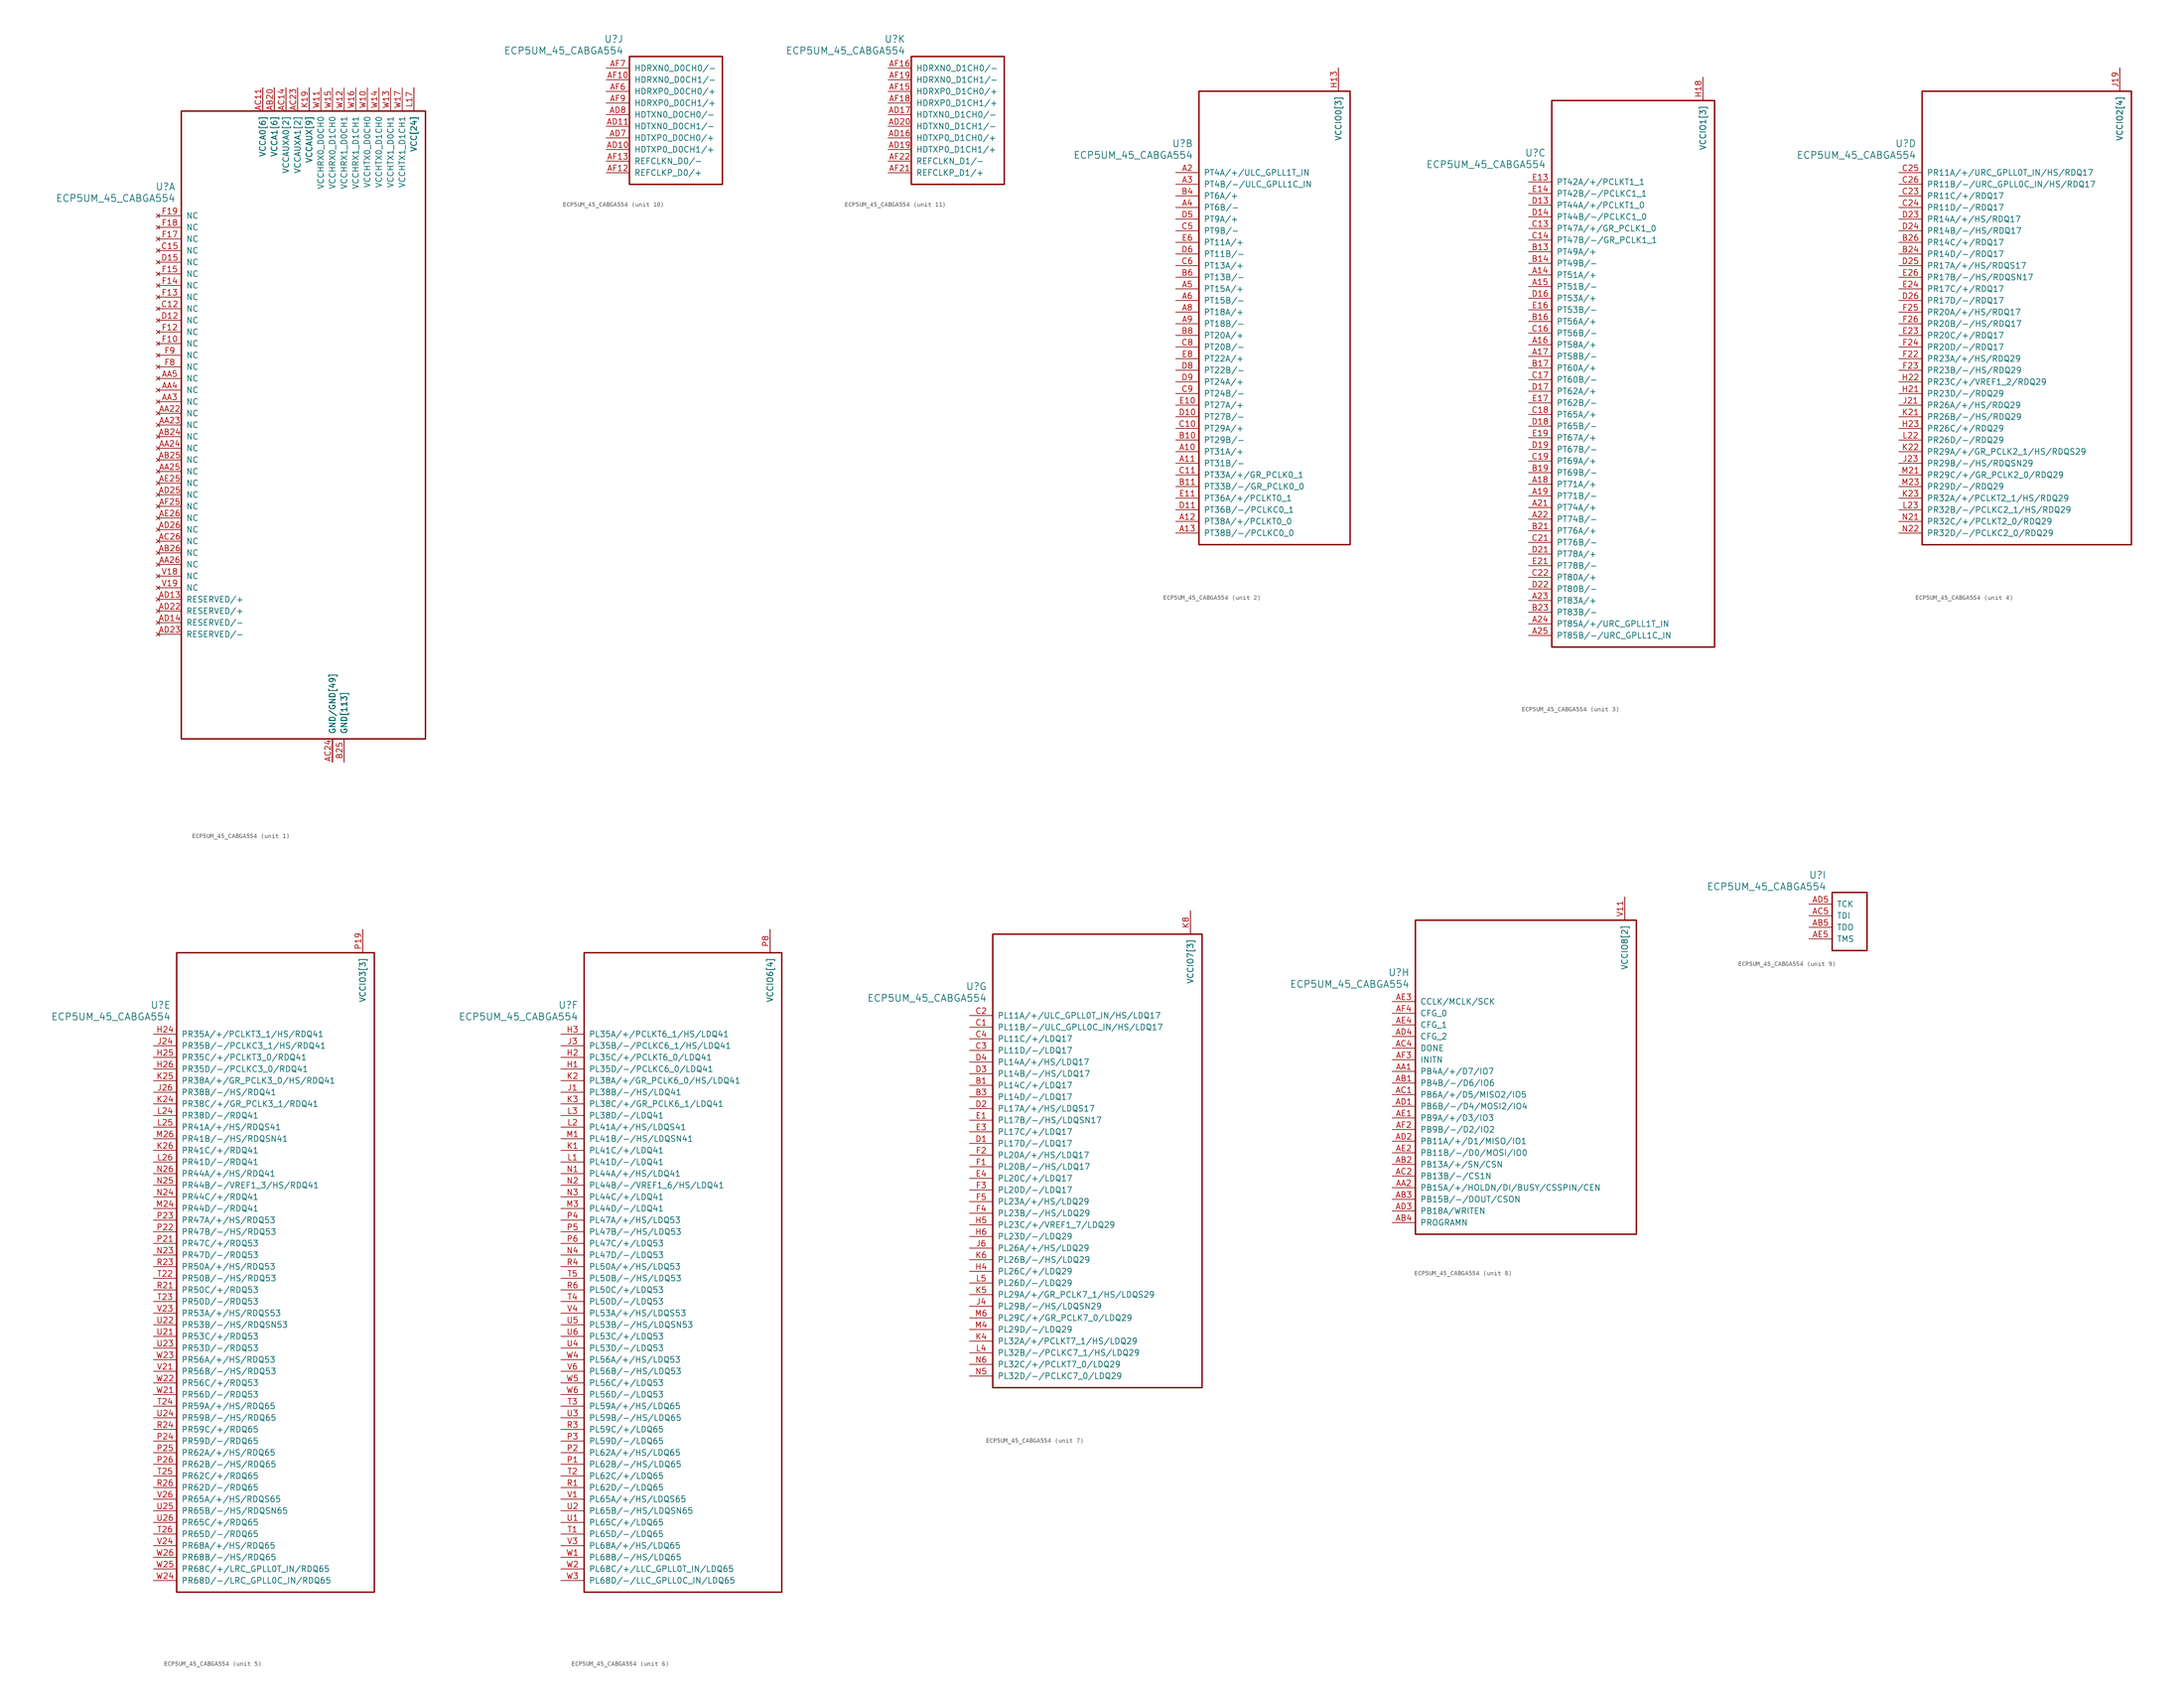
<source format=kicad_sym>
(kicad_symbol_lib
  (version 20211014)
  (generator kicad_symbol_editor)
  (symbol "ECP5UM_45_CABGA554"
    (pin_names
      (offset 1.016))
    (property "Reference" "U"
      (at 3.81 6.35 0)
      (effects (font (size 1.524 1.524)) (justify right)))
    (property "Value" "ECP5UM_45_CABGA554"
      (at 3.81 3.81 0)
      (effects (font (size 1.524 1.524)) (justify right)))
    (property "ki_locked" ""
      (at 0 0 0)
      (effects (font (size 1.27 1.27))))
    (symbol "ECP5UM_45_CABGA554_1_1"
      (rectangle (start 5.08 22.86) (end 58.42 -114.3) (stroke (width 0.305) (type default) (color 0 0 0 0)) (fill (type none)))
      (pin power_in line (at 38.1 -119.38 90) (length 5.08) (name "GND/GND[49]" (effects (font (size 1.27 1.27)))) (number "AA10" (effects (font (size 0 0)))))
      (pin power_in line (at 38.1 -119.38 90) (length 5.08) (name "GND/GND[49]" (effects (font (size 1.27 1.27)))) (number "AA12" (effects (font (size 0 0)))))
      (pin power_in line (at 38.1 -119.38 90) (length 5.08) (name "GND/GND[49]" (effects (font (size 1.27 1.27)))) (number "AA13" (effects (font (size 0 0)))))
      (pin power_in line (at 38.1 -119.38 90) (length 5.08) (name "GND/GND[49]" (effects (font (size 1.27 1.27)))) (number "AA14" (effects (font (size 0 0)))))
      (pin power_in line (at 38.1 -119.38 90) (length 5.08) (name "GND/GND[49]" (effects (font (size 1.27 1.27)))) (number "AA15" (effects (font (size 0 0)))))
      (pin power_in line (at 38.1 -119.38 90) (length 5.08) (name "GND/GND[49]" (effects (font (size 1.27 1.27)))) (number "AA17" (effects (font (size 0 0)))))
      (pin power_in line (at 38.1 -119.38 90) (length 5.08) (name "GND/GND[49]" (effects (font (size 1.27 1.27)))) (number "AA18" (effects (font (size 0 0)))))
      (pin power_in line (at 38.1 -119.38 90) (length 5.08) (name "GND/GND[49]" (effects (font (size 1.27 1.27)))) (number "AA20" (effects (font (size 0 0)))))
      (pin no_connect line (at 0 -43.18 0) (length 5.08) (name "NC" (effects (font (size 1.27 1.27)))) (number "AA22" (effects (font (size 1.27 1.27)))))
      (pin no_connect line (at 0 -45.72 0) (length 5.08) (name "NC" (effects (font (size 1.27 1.27)))) (number "AA23" (effects (font (size 1.27 1.27)))))
      (pin no_connect line (at 0 -50.8 0) (length 5.08) (name "NC" (effects (font (size 1.27 1.27)))) (number "AA24" (effects (font (size 1.27 1.27)))))
      (pin no_connect line (at 0 -55.88 0) (length 5.08) (name "NC" (effects (font (size 1.27 1.27)))) (number "AA25" (effects (font (size 1.27 1.27)))))
      (pin no_connect line (at 0 -76.2 0) (length 5.08) (name "NC" (effects (font (size 1.27 1.27)))) (number "AA26" (effects (font (size 1.27 1.27)))))
      (pin no_connect line (at 0 -40.64 0) (length 5.08) (name "NC" (effects (font (size 1.27 1.27)))) (number "AA3" (effects (font (size 1.27 1.27)))))
      (pin no_connect line (at 0 -38.1 0) (length 5.08) (name "NC" (effects (font (size 1.27 1.27)))) (number "AA4" (effects (font (size 1.27 1.27)))))
      (pin no_connect line (at 0 -35.56 0) (length 5.08) (name "NC" (effects (font (size 1.27 1.27)))) (number "AA5" (effects (font (size 1.27 1.27)))))
      (pin power_in line (at 38.1 -119.38 90) (length 5.08) (name "GND/GND[49]" (effects (font (size 1.27 1.27)))) (number "AA7" (effects (font (size 0 0)))))
      (pin power_in line (at 38.1 -119.38 90) (length 5.08) (name "GND/GND[49]" (effects (font (size 1.27 1.27)))) (number "AA9" (effects (font (size 0 0)))))
      (pin power_in line (at 22.86 27.94 270) (length 5.08) (name "VCCA0[6]" (effects (font (size 1.27 1.27)))) (number "AB10" (effects (font (size 0 0)))))
      (pin power_in line (at 38.1 -119.38 90) (length 5.08) (name "GND/GND[49]" (effects (font (size 1.27 1.27)))) (number "AB12" (effects (font (size 0 0)))))
      (pin power_in line (at 38.1 -119.38 90) (length 5.08) (name "GND/GND[49]" (effects (font (size 1.27 1.27)))) (number "AB13" (effects (font (size 0 0)))))
      (pin power_in line (at 38.1 -119.38 90) (length 5.08) (name "GND/GND[49]" (effects (font (size 1.27 1.27)))) (number "AB14" (effects (font (size 0 0)))))
      (pin power_in line (at 38.1 -119.38 90) (length 5.08) (name "GND/GND[49]" (effects (font (size 1.27 1.27)))) (number "AB15" (effects (font (size 0 0)))))
      (pin power_in line (at 25.4 27.94 270) (length 5.08) (name "VCCA1[6]" (effects (font (size 1.27 1.27)))) (number "AB17" (effects (font (size 0 0)))))
      (pin power_in line (at 38.1 -119.38 90) (length 5.08) (name "GND/GND[49]" (effects (font (size 1.27 1.27)))) (number "AB18" (effects (font (size 0 0)))))
      (pin power_in line (at 25.4 27.94 270) (length 5.08) (name "VCCA1[6]" (effects (font (size 1.27 1.27)))) (number "AB20" (effects (font (size 1.27 1.27)))))
      (pin power_in line (at 38.1 -119.38 90) (length 5.08) (name "GND/GND[49]" (effects (font (size 1.27 1.27)))) (number "AB21" (effects (font (size 0 0)))))
      (pin power_in line (at 38.1 -119.38 90) (length 5.08) (name "GND/GND[49]" (effects (font (size 1.27 1.27)))) (number "AB22" (effects (font (size 0 0)))))
      (pin power_in line (at 38.1 -119.38 90) (length 5.08) (name "GND/GND[49]" (effects (font (size 1.27 1.27)))) (number "AB23" (effects (font (size 0 0)))))
      (pin no_connect line (at 0 -48.26 0) (length 5.08) (name "NC" (effects (font (size 1.27 1.27)))) (number "AB24" (effects (font (size 1.27 1.27)))))
      (pin no_connect line (at 0 -53.34 0) (length 5.08) (name "NC" (effects (font (size 1.27 1.27)))) (number "AB25" (effects (font (size 1.27 1.27)))))
      (pin no_connect line (at 0 -73.66 0) (length 5.08) (name "NC" (effects (font (size 1.27 1.27)))) (number "AB26" (effects (font (size 1.27 1.27)))))
      (pin power_in line (at 38.1 -119.38 90) (length 5.08) (name "GND/GND[49]" (effects (font (size 1.27 1.27)))) (number "AB6" (effects (font (size 0 0)))))
      (pin power_in line (at 22.86 27.94 270) (length 5.08) (name "VCCA0[6]" (effects (font (size 1.27 1.27)))) (number "AB7" (effects (font (size 0 0)))))
      (pin power_in line (at 38.1 -119.38 90) (length 5.08) (name "GND/GND[49]" (effects (font (size 1.27 1.27)))) (number "AB9" (effects (font (size 0 0)))))
      (pin power_in line (at 22.86 27.94 270) (length 5.08) (name "VCCA0[6]" (effects (font (size 1.27 1.27)))) (number "AC10" (effects (font (size 0 0)))))
      (pin power_in line (at 22.86 27.94 270) (length 5.08) (name "VCCA0[6]" (effects (font (size 1.27 1.27)))) (number "AC11" (effects (font (size 1.27 1.27)))))
      (pin power_in line (at 38.1 -119.38 90) (length 5.08) (name "GND/GND[49]" (effects (font (size 1.27 1.27)))) (number "AC12" (effects (font (size 0 0)))))
      (pin power_in line (at 27.94 27.94 270) (length 5.08) (name "VCCAUXA0[2]" (effects (font (size 1.27 1.27)))) (number "AC13" (effects (font (size 0 0)))))
      (pin power_in line (at 27.94 27.94 270) (length 5.08) (name "VCCAUXA0[2]" (effects (font (size 1.27 1.27)))) (number "AC14" (effects (font (size 1.27 1.27)))))
      (pin power_in line (at 38.1 -119.38 90) (length 5.08) (name "GND/GND[49]" (effects (font (size 1.27 1.27)))) (number "AC15" (effects (font (size 0 0)))))
      (pin power_in line (at 25.4 27.94 270) (length 5.08) (name "VCCA1[6]" (effects (font (size 1.27 1.27)))) (number "AC16" (effects (font (size 0 0)))))
      (pin power_in line (at 25.4 27.94 270) (length 5.08) (name "VCCA1[6]" (effects (font (size 1.27 1.27)))) (number "AC17" (effects (font (size 0 0)))))
      (pin power_in line (at 38.1 -119.38 90) (length 5.08) (name "GND/GND[49]" (effects (font (size 1.27 1.27)))) (number "AC18" (effects (font (size 0 0)))))
      (pin power_in line (at 25.4 27.94 270) (length 5.08) (name "VCCA1[6]" (effects (font (size 1.27 1.27)))) (number "AC19" (effects (font (size 0 0)))))
      (pin power_in line (at 25.4 27.94 270) (length 5.08) (name "VCCA1[6]" (effects (font (size 1.27 1.27)))) (number "AC20" (effects (font (size 0 0)))))
      (pin power_in line (at 38.1 -119.38 90) (length 5.08) (name "GND/GND[49]" (effects (font (size 1.27 1.27)))) (number "AC21" (effects (font (size 0 0)))))
      (pin power_in line (at 30.48 27.94 270) (length 5.08) (name "VCCAUXA1[2]" (effects (font (size 1.27 1.27)))) (number "AC22" (effects (font (size 0 0)))))
      (pin power_in line (at 30.48 27.94 270) (length 5.08) (name "VCCAUXA1[2]" (effects (font (size 1.27 1.27)))) (number "AC23" (effects (font (size 1.27 1.27)))))
      (pin power_in line (at 38.1 -119.38 90) (length 5.08) (name "GND/GND[49]" (effects (font (size 1.27 1.27)))) (number "AC24" (effects (font (size 1.27 1.27)))))
      (pin power_in line (at 40.64 -119.38 90) (length 5.08) (name "GND[113]" (effects (font (size 1.27 1.27)))) (number "AC25" (effects (font (size 0 0)))))
      (pin no_connect line (at 0 -71.12 0) (length 5.08) (name "NC" (effects (font (size 1.27 1.27)))) (number "AC26" (effects (font (size 1.27 1.27)))))
      (pin power_in line (at 40.64 -119.38 90) (length 5.08) (name "GND[113]" (effects (font (size 1.27 1.27)))) (number "AC3" (effects (font (size 0 0)))))
      (pin power_in line (at 38.1 -119.38 90) (length 5.08) (name "GND/GND[49]" (effects (font (size 1.27 1.27)))) (number "AC6" (effects (font (size 0 0)))))
      (pin power_in line (at 22.86 27.94 270) (length 5.08) (name "VCCA0[6]" (effects (font (size 1.27 1.27)))) (number "AC7" (effects (font (size 0 0)))))
      (pin power_in line (at 22.86 27.94 270) (length 5.08) (name "VCCA0[6]" (effects (font (size 1.27 1.27)))) (number "AC8" (effects (font (size 0 0)))))
      (pin power_in line (at 38.1 -119.38 90) (length 5.08) (name "GND/GND[49]" (effects (font (size 1.27 1.27)))) (number "AC9" (effects (font (size 0 0)))))
      (pin power_in line (at 38.1 -119.38 90) (length 5.08) (name "GND/GND[49]" (effects (font (size 1.27 1.27)))) (number "AD12" (effects (font (size 0 0)))))
      (pin no_connect line (at 0 -83.82 0) (length 5.08) (name "RESERVED/+" (effects (font (size 1.27 1.27)))) (number "AD13" (effects (font (size 1.27 1.27)))))
      (pin no_connect line (at 0 -88.9 0) (length 5.08) (name "RESERVED/-" (effects (font (size 1.27 1.27)))) (number "AD14" (effects (font (size 1.27 1.27)))))
      (pin power_in line (at 38.1 -119.38 90) (length 5.08) (name "GND/GND[49]" (effects (font (size 1.27 1.27)))) (number "AD15" (effects (font (size 0 0)))))
      (pin power_in line (at 38.1 -119.38 90) (length 5.08) (name "GND/GND[49]" (effects (font (size 1.27 1.27)))) (number "AD18" (effects (font (size 0 0)))))
      (pin power_in line (at 38.1 -119.38 90) (length 5.08) (name "GND/GND[49]" (effects (font (size 1.27 1.27)))) (number "AD21" (effects (font (size 0 0)))))
      (pin no_connect line (at 0 -86.36 0) (length 5.08) (name "RESERVED/+" (effects (font (size 1.27 1.27)))) (number "AD22" (effects (font (size 1.27 1.27)))))
      (pin no_connect line (at 0 -91.44 0) (length 5.08) (name "RESERVED/-" (effects (font (size 1.27 1.27)))) (number "AD23" (effects (font (size 1.27 1.27)))))
      (pin power_in line (at 38.1 -119.38 90) (length 5.08) (name "GND/GND[49]" (effects (font (size 1.27 1.27)))) (number "AD24" (effects (font (size 0 0)))))
      (pin no_connect line (at 0 -60.96 0) (length 5.08) (name "NC" (effects (font (size 1.27 1.27)))) (number "AD25" (effects (font (size 1.27 1.27)))))
      (pin no_connect line (at 0 -68.58 0) (length 5.08) (name "NC" (effects (font (size 1.27 1.27)))) (number "AD26" (effects (font (size 1.27 1.27)))))
      (pin power_in line (at 38.1 -119.38 90) (length 5.08) (name "GND/GND[49]" (effects (font (size 1.27 1.27)))) (number "AD6" (effects (font (size 0 0)))))
      (pin power_in line (at 38.1 -119.38 90) (length 5.08) (name "GND/GND[49]" (effects (font (size 1.27 1.27)))) (number "AD9" (effects (font (size 0 0)))))
      (pin power_in line (at 38.1 -119.38 90) (length 5.08) (name "GND/GND[49]" (effects (font (size 1.27 1.27)))) (number "AE10" (effects (font (size 0 0)))))
      (pin power_in line (at 38.1 -119.38 90) (length 5.08) (name "GND/GND[49]" (effects (font (size 1.27 1.27)))) (number "AE12" (effects (font (size 0 0)))))
      (pin power_in line (at 38.1 -119.38 90) (length 5.08) (name "GND/GND[49]" (effects (font (size 1.27 1.27)))) (number "AE13" (effects (font (size 0 0)))))
      (pin power_in line (at 38.1 -119.38 90) (length 5.08) (name "GND/GND[49]" (effects (font (size 1.27 1.27)))) (number "AE15" (effects (font (size 0 0)))))
      (pin power_in line (at 38.1 -119.38 90) (length 5.08) (name "GND/GND[49]" (effects (font (size 1.27 1.27)))) (number "AE16" (effects (font (size 0 0)))))
      (pin power_in line (at 38.1 -119.38 90) (length 5.08) (name "GND/GND[49]" (effects (font (size 1.27 1.27)))) (number "AE18" (effects (font (size 0 0)))))
      (pin power_in line (at 38.1 -119.38 90) (length 5.08) (name "GND/GND[49]" (effects (font (size 1.27 1.27)))) (number "AE19" (effects (font (size 0 0)))))
      (pin power_in line (at 38.1 -119.38 90) (length 5.08) (name "GND/GND[49]" (effects (font (size 1.27 1.27)))) (number "AE21" (effects (font (size 0 0)))))
      (pin power_in line (at 38.1 -119.38 90) (length 5.08) (name "GND/GND[49]" (effects (font (size 1.27 1.27)))) (number "AE22" (effects (font (size 0 0)))))
      (pin power_in line (at 38.1 -119.38 90) (length 5.08) (name "GND/GND[49]" (effects (font (size 1.27 1.27)))) (number "AE24" (effects (font (size 0 0)))))
      (pin no_connect line (at 0 -58.42 0) (length 5.08) (name "NC" (effects (font (size 1.27 1.27)))) (number "AE25" (effects (font (size 1.27 1.27)))))
      (pin no_connect line (at 0 -66.04 0) (length 5.08) (name "NC" (effects (font (size 1.27 1.27)))) (number "AE26" (effects (font (size 1.27 1.27)))))
      (pin power_in line (at 38.1 -119.38 90) (length 5.08) (name "GND/GND[49]" (effects (font (size 1.27 1.27)))) (number "AE6" (effects (font (size 0 0)))))
      (pin power_in line (at 38.1 -119.38 90) (length 5.08) (name "GND/GND[49]" (effects (font (size 1.27 1.27)))) (number "AE7" (effects (font (size 0 0)))))
      (pin power_in line (at 38.1 -119.38 90) (length 5.08) (name "GND/GND[49]" (effects (font (size 1.27 1.27)))) (number "AE9" (effects (font (size 0 0)))))
      (pin power_in line (at 38.1 -119.38 90) (length 5.08) (name "GND/GND[49]" (effects (font (size 1.27 1.27)))) (number "AF24" (effects (font (size 0 0)))))
      (pin no_connect line (at 0 -63.5 0) (length 5.08) (name "NC" (effects (font (size 1.27 1.27)))) (number "AF25" (effects (font (size 1.27 1.27)))))
      (pin power_in line (at 38.1 -119.38 90) (length 5.08) (name "GND/GND[49]" (effects (font (size 1.27 1.27)))) (number "AF5" (effects (font (size 0 0)))))
      (pin power_in line (at 40.64 -119.38 90) (length 5.08) (name "GND[113]" (effects (font (size 1.27 1.27)))) (number "B12" (effects (font (size 0 0)))))
      (pin power_in line (at 40.64 -119.38 90) (length 5.08) (name "GND[113]" (effects (font (size 1.27 1.27)))) (number "B15" (effects (font (size 0 0)))))
      (pin power_in line (at 40.64 -119.38 90) (length 5.08) (name "GND[113]" (effects (font (size 1.27 1.27)))) (number "B18" (effects (font (size 0 0)))))
      (pin power_in line (at 40.64 -119.38 90) (length 5.08) (name "GND[113]" (effects (font (size 1.27 1.27)))) (number "B2" (effects (font (size 0 0)))))
      (pin power_in line (at 40.64 -119.38 90) (length 5.08) (name "GND[113]" (effects (font (size 1.27 1.27)))) (number "B22" (effects (font (size 0 0)))))
      (pin power_in line (at 40.64 -119.38 90) (length 5.08) (name "GND[113]" (effects (font (size 1.27 1.27)))) (number "B25" (effects (font (size 1.27 1.27)))))
      (pin power_in line (at 40.64 -119.38 90) (length 5.08) (name "GND[113]" (effects (font (size 1.27 1.27)))) (number "B5" (effects (font (size 0 0)))))
      (pin power_in line (at 40.64 -119.38 90) (length 5.08) (name "GND[113]" (effects (font (size 1.27 1.27)))) (number "B9" (effects (font (size 0 0)))))
      (pin no_connect line (at 0 -20.32 0) (length 5.08) (name "NC" (effects (font (size 1.27 1.27)))) (number "C12" (effects (font (size 1.27 1.27)))))
      (pin no_connect line (at 0 -7.62 0) (length 5.08) (name "NC" (effects (font (size 1.27 1.27)))) (number "C15" (effects (font (size 1.27 1.27)))))
      (pin no_connect line (at 0 -22.86 0) (length 5.08) (name "NC" (effects (font (size 1.27 1.27)))) (number "D12" (effects (font (size 1.27 1.27)))))
      (pin no_connect line (at 0 -10.16 0) (length 5.08) (name "NC" (effects (font (size 1.27 1.27)))) (number "D15" (effects (font (size 1.27 1.27)))))
      (pin power_in line (at 40.64 -119.38 90) (length 5.08) (name "GND[113]" (effects (font (size 1.27 1.27)))) (number "E12" (effects (font (size 0 0)))))
      (pin power_in line (at 40.64 -119.38 90) (length 5.08) (name "GND[113]" (effects (font (size 1.27 1.27)))) (number "E15" (effects (font (size 0 0)))))
      (pin power_in line (at 40.64 -119.38 90) (length 5.08) (name "GND[113]" (effects (font (size 1.27 1.27)))) (number "E18" (effects (font (size 0 0)))))
      (pin power_in line (at 40.64 -119.38 90) (length 5.08) (name "GND[113]" (effects (font (size 1.27 1.27)))) (number "E2" (effects (font (size 0 0)))))
      (pin power_in line (at 40.64 -119.38 90) (length 5.08) (name "GND[113]" (effects (font (size 1.27 1.27)))) (number "E22" (effects (font (size 0 0)))))
      (pin power_in line (at 40.64 -119.38 90) (length 5.08) (name "GND[113]" (effects (font (size 1.27 1.27)))) (number "E25" (effects (font (size 0 0)))))
      (pin power_in line (at 40.64 -119.38 90) (length 5.08) (name "GND[113]" (effects (font (size 1.27 1.27)))) (number "E5" (effects (font (size 0 0)))))
      (pin power_in line (at 40.64 -119.38 90) (length 5.08) (name "GND[113]" (effects (font (size 1.27 1.27)))) (number "E9" (effects (font (size 0 0)))))
      (pin no_connect line (at 0 -27.94 0) (length 5.08) (name "NC" (effects (font (size 1.27 1.27)))) (number "F10" (effects (font (size 1.27 1.27)))))
      (pin no_connect line (at 0 -25.4 0) (length 5.08) (name "NC" (effects (font (size 1.27 1.27)))) (number "F12" (effects (font (size 1.27 1.27)))))
      (pin no_connect line (at 0 -17.78 0) (length 5.08) (name "NC" (effects (font (size 1.27 1.27)))) (number "F13" (effects (font (size 1.27 1.27)))))
      (pin no_connect line (at 0 -15.24 0) (length 5.08) (name "NC" (effects (font (size 1.27 1.27)))) (number "F14" (effects (font (size 1.27 1.27)))))
      (pin no_connect line (at 0 -12.7 0) (length 5.08) (name "NC" (effects (font (size 1.27 1.27)))) (number "F15" (effects (font (size 1.27 1.27)))))
      (pin no_connect line (at 0 -5.08 0) (length 5.08) (name "NC" (effects (font (size 1.27 1.27)))) (number "F17" (effects (font (size 1.27 1.27)))))
      (pin no_connect line (at 0 -2.54 0) (length 5.08) (name "NC" (effects (font (size 1.27 1.27)))) (number "F18" (effects (font (size 1.27 1.27)))))
      (pin no_connect line (at 0 0 0) (length 5.08) (name "NC" (effects (font (size 1.27 1.27)))) (number "F19" (effects (font (size 1.27 1.27)))))
      (pin no_connect line (at 0 -33.02 0) (length 5.08) (name "NC" (effects (font (size 1.27 1.27)))) (number "F8" (effects (font (size 1.27 1.27)))))
      (pin no_connect line (at 0 -30.48 0) (length 5.08) (name "NC" (effects (font (size 1.27 1.27)))) (number "F9" (effects (font (size 1.27 1.27)))))
      (pin power_in line (at 33.02 27.94 270) (length 5.08) (name "VCCAUX[9]" (effects (font (size 1.27 1.27)))) (number "H11" (effects (font (size 0 0)))))
      (pin power_in line (at 33.02 27.94 270) (length 5.08) (name "VCCAUX[9]" (effects (font (size 1.27 1.27)))) (number "H14" (effects (font (size 0 0)))))
      (pin power_in line (at 33.02 27.94 270) (length 5.08) (name "VCCAUX[9]" (effects (font (size 1.27 1.27)))) (number "H17" (effects (font (size 0 0)))))
      (pin power_in line (at 40.64 -119.38 90) (length 5.08) (name "GND[113]" (effects (font (size 1.27 1.27)))) (number "H19" (effects (font (size 0 0)))))
      (pin power_in line (at 40.64 -119.38 90) (length 5.08) (name "GND[113]" (effects (font (size 1.27 1.27)))) (number "H8" (effects (font (size 0 0)))))
      (pin power_in line (at 40.64 -119.38 90) (length 5.08) (name "GND[113]" (effects (font (size 1.27 1.27)))) (number "H9" (effects (font (size 0 0)))))
      (pin power_in line (at 40.64 -119.38 90) (length 5.08) (name "GND[113]" (effects (font (size 1.27 1.27)))) (number "J10" (effects (font (size 0 0)))))
      (pin power_in line (at 40.64 -119.38 90) (length 5.08) (name "GND[113]" (effects (font (size 1.27 1.27)))) (number "J11" (effects (font (size 0 0)))))
      (pin power_in line (at 40.64 -119.38 90) (length 5.08) (name "GND[113]" (effects (font (size 1.27 1.27)))) (number "J12" (effects (font (size 0 0)))))
      (pin power_in line (at 40.64 -119.38 90) (length 5.08) (name "GND[113]" (effects (font (size 1.27 1.27)))) (number "J13" (effects (font (size 0 0)))))
      (pin power_in line (at 40.64 -119.38 90) (length 5.08) (name "GND[113]" (effects (font (size 1.27 1.27)))) (number "J14" (effects (font (size 0 0)))))
      (pin power_in line (at 40.64 -119.38 90) (length 5.08) (name "GND[113]" (effects (font (size 1.27 1.27)))) (number "J15" (effects (font (size 0 0)))))
      (pin power_in line (at 40.64 -119.38 90) (length 5.08) (name "GND[113]" (effects (font (size 1.27 1.27)))) (number "J16" (effects (font (size 0 0)))))
      (pin power_in line (at 40.64 -119.38 90) (length 5.08) (name "GND[113]" (effects (font (size 1.27 1.27)))) (number "J17" (effects (font (size 0 0)))))
      (pin power_in line (at 40.64 -119.38 90) (length 5.08) (name "GND[113]" (effects (font (size 1.27 1.27)))) (number "J18" (effects (font (size 0 0)))))
      (pin power_in line (at 40.64 -119.38 90) (length 5.08) (name "GND[113]" (effects (font (size 1.27 1.27)))) (number "J2" (effects (font (size 0 0)))))
      (pin power_in line (at 40.64 -119.38 90) (length 5.08) (name "GND[113]" (effects (font (size 1.27 1.27)))) (number "J22" (effects (font (size 0 0)))))
      (pin power_in line (at 40.64 -119.38 90) (length 5.08) (name "GND[113]" (effects (font (size 1.27 1.27)))) (number "J25" (effects (font (size 0 0)))))
      (pin power_in line (at 40.64 -119.38 90) (length 5.08) (name "GND[113]" (effects (font (size 1.27 1.27)))) (number "J5" (effects (font (size 0 0)))))
      (pin power_in line (at 40.64 -119.38 90) (length 5.08) (name "GND[113]" (effects (font (size 1.27 1.27)))) (number "J8" (effects (font (size 0 0)))))
      (pin power_in line (at 40.64 -119.38 90) (length 5.08) (name "GND[113]" (effects (font (size 1.27 1.27)))) (number "J9" (effects (font (size 0 0)))))
      (pin power_in line (at 40.64 -119.38 90) (length 5.08) (name "GND[113]" (effects (font (size 1.27 1.27)))) (number "K10" (effects (font (size 0 0)))))
      (pin power_in line (at 55.88 27.94 270) (length 5.08) (name "VCC[24]" (effects (font (size 1.27 1.27)))) (number "K11" (effects (font (size 0 0)))))
      (pin power_in line (at 55.88 27.94 270) (length 5.08) (name "VCC[24]" (effects (font (size 1.27 1.27)))) (number "K12" (effects (font (size 0 0)))))
      (pin power_in line (at 55.88 27.94 270) (length 5.08) (name "VCC[24]" (effects (font (size 1.27 1.27)))) (number "K13" (effects (font (size 0 0)))))
      (pin power_in line (at 55.88 27.94 270) (length 5.08) (name "VCC[24]" (effects (font (size 1.27 1.27)))) (number "K14" (effects (font (size 0 0)))))
      (pin power_in line (at 55.88 27.94 270) (length 5.08) (name "VCC[24]" (effects (font (size 1.27 1.27)))) (number "K15" (effects (font (size 0 0)))))
      (pin power_in line (at 55.88 27.94 270) (length 5.08) (name "VCC[24]" (effects (font (size 1.27 1.27)))) (number "K16" (effects (font (size 0 0)))))
      (pin power_in line (at 40.64 -119.38 90) (length 5.08) (name "GND[113]" (effects (font (size 1.27 1.27)))) (number "K17" (effects (font (size 0 0)))))
      (pin power_in line (at 40.64 -119.38 90) (length 5.08) (name "GND[113]" (effects (font (size 1.27 1.27)))) (number "K18" (effects (font (size 0 0)))))
      (pin power_in line (at 33.02 27.94 270) (length 5.08) (name "VCCAUX[9]" (effects (font (size 1.27 1.27)))) (number "K19" (effects (font (size 1.27 1.27)))))
      (pin power_in line (at 40.64 -119.38 90) (length 5.08) (name "GND[113]" (effects (font (size 1.27 1.27)))) (number "K9" (effects (font (size 0 0)))))
      (pin power_in line (at 55.88 27.94 270) (length 5.08) (name "VCC[24]" (effects (font (size 1.27 1.27)))) (number "L10" (effects (font (size 0 0)))))
      (pin power_in line (at 40.64 -119.38 90) (length 5.08) (name "GND[113]" (effects (font (size 1.27 1.27)))) (number "L11" (effects (font (size 0 0)))))
      (pin power_in line (at 40.64 -119.38 90) (length 5.08) (name "GND[113]" (effects (font (size 1.27 1.27)))) (number "L12" (effects (font (size 0 0)))))
      (pin power_in line (at 40.64 -119.38 90) (length 5.08) (name "GND[113]" (effects (font (size 1.27 1.27)))) (number "L13" (effects (font (size 0 0)))))
      (pin power_in line (at 40.64 -119.38 90) (length 5.08) (name "GND[113]" (effects (font (size 1.27 1.27)))) (number "L14" (effects (font (size 0 0)))))
      (pin power_in line (at 40.64 -119.38 90) (length 5.08) (name "GND[113]" (effects (font (size 1.27 1.27)))) (number "L15" (effects (font (size 0 0)))))
      (pin power_in line (at 40.64 -119.38 90) (length 5.08) (name "GND[113]" (effects (font (size 1.27 1.27)))) (number "L16" (effects (font (size 0 0)))))
      (pin power_in line (at 55.88 27.94 270) (length 5.08) (name "VCC[24]" (effects (font (size 1.27 1.27)))) (number "L17" (effects (font (size 1.27 1.27)))))
      (pin power_in line (at 40.64 -119.38 90) (length 5.08) (name "GND[113]" (effects (font (size 1.27 1.27)))) (number "L18" (effects (font (size 0 0)))))
      (pin power_in line (at 33.02 27.94 270) (length 5.08) (name "VCCAUX[9]" (effects (font (size 1.27 1.27)))) (number "L8" (effects (font (size 0 0)))))
      (pin power_in line (at 40.64 -119.38 90) (length 5.08) (name "GND[113]" (effects (font (size 1.27 1.27)))) (number "L9" (effects (font (size 0 0)))))
      (pin power_in line (at 55.88 27.94 270) (length 5.08) (name "VCC[24]" (effects (font (size 1.27 1.27)))) (number "M10" (effects (font (size 0 0)))))
      (pin power_in line (at 40.64 -119.38 90) (length 5.08) (name "GND[113]" (effects (font (size 1.27 1.27)))) (number "M11" (effects (font (size 0 0)))))
      (pin power_in line (at 40.64 -119.38 90) (length 5.08) (name "GND[113]" (effects (font (size 1.27 1.27)))) (number "M12" (effects (font (size 0 0)))))
      (pin power_in line (at 40.64 -119.38 90) (length 5.08) (name "GND[113]" (effects (font (size 1.27 1.27)))) (number "M13" (effects (font (size 0 0)))))
      (pin power_in line (at 40.64 -119.38 90) (length 5.08) (name "GND[113]" (effects (font (size 1.27 1.27)))) (number "M14" (effects (font (size 0 0)))))
      (pin power_in line (at 40.64 -119.38 90) (length 5.08) (name "GND[113]" (effects (font (size 1.27 1.27)))) (number "M15" (effects (font (size 0 0)))))
      (pin power_in line (at 40.64 -119.38 90) (length 5.08) (name "GND[113]" (effects (font (size 1.27 1.27)))) (number "M16" (effects (font (size 0 0)))))
      (pin power_in line (at 55.88 27.94 270) (length 5.08) (name "VCC[24]" (effects (font (size 1.27 1.27)))) (number "M17" (effects (font (size 0 0)))))
      (pin power_in line (at 40.64 -119.38 90) (length 5.08) (name "GND[113]" (effects (font (size 1.27 1.27)))) (number "M18" (effects (font (size 0 0)))))
      (pin power_in line (at 40.64 -119.38 90) (length 5.08) (name "GND[113]" (effects (font (size 1.27 1.27)))) (number "M2" (effects (font (size 0 0)))))
      (pin power_in line (at 40.64 -119.38 90) (length 5.08) (name "GND[113]" (effects (font (size 1.27 1.27)))) (number "M22" (effects (font (size 0 0)))))
      (pin power_in line (at 40.64 -119.38 90) (length 5.08) (name "GND[113]" (effects (font (size 1.27 1.27)))) (number "M25" (effects (font (size 0 0)))))
      (pin power_in line (at 40.64 -119.38 90) (length 5.08) (name "GND[113]" (effects (font (size 1.27 1.27)))) (number "M5" (effects (font (size 0 0)))))
      (pin power_in line (at 40.64 -119.38 90) (length 5.08) (name "GND[113]" (effects (font (size 1.27 1.27)))) (number "M9" (effects (font (size 0 0)))))
      (pin power_in line (at 55.88 27.94 270) (length 5.08) (name "VCC[24]" (effects (font (size 1.27 1.27)))) (number "N10" (effects (font (size 0 0)))))
      (pin power_in line (at 40.64 -119.38 90) (length 5.08) (name "GND[113]" (effects (font (size 1.27 1.27)))) (number "N11" (effects (font (size 0 0)))))
      (pin power_in line (at 40.64 -119.38 90) (length 5.08) (name "GND[113]" (effects (font (size 1.27 1.27)))) (number "N12" (effects (font (size 0 0)))))
      (pin power_in line (at 40.64 -119.38 90) (length 5.08) (name "GND[113]" (effects (font (size 1.27 1.27)))) (number "N13" (effects (font (size 0 0)))))
      (pin power_in line (at 40.64 -119.38 90) (length 5.08) (name "GND[113]" (effects (font (size 1.27 1.27)))) (number "N14" (effects (font (size 0 0)))))
      (pin power_in line (at 40.64 -119.38 90) (length 5.08) (name "GND[113]" (effects (font (size 1.27 1.27)))) (number "N15" (effects (font (size 0 0)))))
      (pin power_in line (at 40.64 -119.38 90) (length 5.08) (name "GND[113]" (effects (font (size 1.27 1.27)))) (number "N16" (effects (font (size 0 0)))))
      (pin power_in line (at 55.88 27.94 270) (length 5.08) (name "VCC[24]" (effects (font (size 1.27 1.27)))) (number "N17" (effects (font (size 0 0)))))
      (pin power_in line (at 40.64 -119.38 90) (length 5.08) (name "GND[113]" (effects (font (size 1.27 1.27)))) (number "N18" (effects (font (size 0 0)))))
      (pin power_in line (at 40.64 -119.38 90) (length 5.08) (name "GND[113]" (effects (font (size 1.27 1.27)))) (number "N9" (effects (font (size 0 0)))))
      (pin power_in line (at 55.88 27.94 270) (length 5.08) (name "VCC[24]" (effects (font (size 1.27 1.27)))) (number "P10" (effects (font (size 0 0)))))
      (pin power_in line (at 40.64 -119.38 90) (length 5.08) (name "GND[113]" (effects (font (size 1.27 1.27)))) (number "P11" (effects (font (size 0 0)))))
      (pin power_in line (at 40.64 -119.38 90) (length 5.08) (name "GND[113]" (effects (font (size 1.27 1.27)))) (number "P12" (effects (font (size 0 0)))))
      (pin power_in line (at 40.64 -119.38 90) (length 5.08) (name "GND[113]" (effects (font (size 1.27 1.27)))) (number "P13" (effects (font (size 0 0)))))
      (pin power_in line (at 40.64 -119.38 90) (length 5.08) (name "GND[113]" (effects (font (size 1.27 1.27)))) (number "P14" (effects (font (size 0 0)))))
      (pin power_in line (at 40.64 -119.38 90) (length 5.08) (name "GND[113]" (effects (font (size 1.27 1.27)))) (number "P15" (effects (font (size 0 0)))))
      (pin power_in line (at 40.64 -119.38 90) (length 5.08) (name "GND[113]" (effects (font (size 1.27 1.27)))) (number "P16" (effects (font (size 0 0)))))
      (pin power_in line (at 55.88 27.94 270) (length 5.08) (name "VCC[24]" (effects (font (size 1.27 1.27)))) (number "P17" (effects (font (size 0 0)))))
      (pin power_in line (at 40.64 -119.38 90) (length 5.08) (name "GND[113]" (effects (font (size 1.27 1.27)))) (number "P18" (effects (font (size 0 0)))))
      (pin power_in line (at 40.64 -119.38 90) (length 5.08) (name "GND[113]" (effects (font (size 1.27 1.27)))) (number "P9" (effects (font (size 0 0)))))
      (pin power_in line (at 55.88 27.94 270) (length 5.08) (name "VCC[24]" (effects (font (size 1.27 1.27)))) (number "R10" (effects (font (size 0 0)))))
      (pin power_in line (at 40.64 -119.38 90) (length 5.08) (name "GND[113]" (effects (font (size 1.27 1.27)))) (number "R11" (effects (font (size 0 0)))))
      (pin power_in line (at 40.64 -119.38 90) (length 5.08) (name "GND[113]" (effects (font (size 1.27 1.27)))) (number "R12" (effects (font (size 0 0)))))
      (pin power_in line (at 40.64 -119.38 90) (length 5.08) (name "GND[113]" (effects (font (size 1.27 1.27)))) (number "R13" (effects (font (size 0 0)))))
      (pin power_in line (at 40.64 -119.38 90) (length 5.08) (name "GND[113]" (effects (font (size 1.27 1.27)))) (number "R14" (effects (font (size 0 0)))))
      (pin power_in line (at 40.64 -119.38 90) (length 5.08) (name "GND[113]" (effects (font (size 1.27 1.27)))) (number "R15" (effects (font (size 0 0)))))
      (pin power_in line (at 40.64 -119.38 90) (length 5.08) (name "GND[113]" (effects (font (size 1.27 1.27)))) (number "R16" (effects (font (size 0 0)))))
      (pin power_in line (at 55.88 27.94 270) (length 5.08) (name "VCC[24]" (effects (font (size 1.27 1.27)))) (number "R17" (effects (font (size 0 0)))))
      (pin power_in line (at 40.64 -119.38 90) (length 5.08) (name "GND[113]" (effects (font (size 1.27 1.27)))) (number "R18" (effects (font (size 0 0)))))
      (pin power_in line (at 40.64 -119.38 90) (length 5.08) (name "GND[113]" (effects (font (size 1.27 1.27)))) (number "R2" (effects (font (size 0 0)))))
      (pin power_in line (at 40.64 -119.38 90) (length 5.08) (name "GND[113]" (effects (font (size 1.27 1.27)))) (number "R22" (effects (font (size 0 0)))))
      (pin power_in line (at 40.64 -119.38 90) (length 5.08) (name "GND[113]" (effects (font (size 1.27 1.27)))) (number "R25" (effects (font (size 0 0)))))
      (pin power_in line (at 40.64 -119.38 90) (length 5.08) (name "GND[113]" (effects (font (size 1.27 1.27)))) (number "R5" (effects (font (size 0 0)))))
      (pin power_in line (at 40.64 -119.38 90) (length 5.08) (name "GND[113]" (effects (font (size 1.27 1.27)))) (number "R9" (effects (font (size 0 0)))))
      (pin power_in line (at 55.88 27.94 270) (length 5.08) (name "VCC[24]" (effects (font (size 1.27 1.27)))) (number "T10" (effects (font (size 0 0)))))
      (pin power_in line (at 55.88 27.94 270) (length 5.08) (name "VCC[24]" (effects (font (size 1.27 1.27)))) (number "T11" (effects (font (size 0 0)))))
      (pin power_in line (at 55.88 27.94 270) (length 5.08) (name "VCC[24]" (effects (font (size 1.27 1.27)))) (number "T12" (effects (font (size 0 0)))))
      (pin power_in line (at 55.88 27.94 270) (length 5.08) (name "VCC[24]" (effects (font (size 1.27 1.27)))) (number "T13" (effects (font (size 0 0)))))
      (pin power_in line (at 55.88 27.94 270) (length 5.08) (name "VCC[24]" (effects (font (size 1.27 1.27)))) (number "T14" (effects (font (size 0 0)))))
      (pin power_in line (at 55.88 27.94 270) (length 5.08) (name "VCC[24]" (effects (font (size 1.27 1.27)))) (number "T15" (effects (font (size 0 0)))))
      (pin power_in line (at 55.88 27.94 270) (length 5.08) (name "VCC[24]" (effects (font (size 1.27 1.27)))) (number "T16" (effects (font (size 0 0)))))
      (pin power_in line (at 55.88 27.94 270) (length 5.08) (name "VCC[24]" (effects (font (size 1.27 1.27)))) (number "T17" (effects (font (size 0 0)))))
      (pin power_in line (at 40.64 -119.38 90) (length 5.08) (name "GND[113]" (effects (font (size 1.27 1.27)))) (number "T18" (effects (font (size 0 0)))))
      (pin power_in line (at 33.02 27.94 270) (length 5.08) (name "VCCAUX[9]" (effects (font (size 1.27 1.27)))) (number "T19" (effects (font (size 0 0)))))
      (pin power_in line (at 33.02 27.94 270) (length 5.08) (name "VCCAUX[9]" (effects (font (size 1.27 1.27)))) (number "T8" (effects (font (size 0 0)))))
      (pin power_in line (at 40.64 -119.38 90) (length 5.08) (name "GND[113]" (effects (font (size 1.27 1.27)))) (number "T9" (effects (font (size 0 0)))))
      (pin power_in line (at 40.64 -119.38 90) (length 5.08) (name "GND[113]" (effects (font (size 1.27 1.27)))) (number "U10" (effects (font (size 0 0)))))
      (pin power_in line (at 40.64 -119.38 90) (length 5.08) (name "GND[113]" (effects (font (size 1.27 1.27)))) (number "U11" (effects (font (size 0 0)))))
      (pin power_in line (at 40.64 -119.38 90) (length 5.08) (name "GND[113]" (effects (font (size 1.27 1.27)))) (number "U12" (effects (font (size 0 0)))))
      (pin power_in line (at 40.64 -119.38 90) (length 5.08) (name "GND[113]" (effects (font (size 1.27 1.27)))) (number "U13" (effects (font (size 0 0)))))
      (pin power_in line (at 40.64 -119.38 90) (length 5.08) (name "GND[113]" (effects (font (size 1.27 1.27)))) (number "U14" (effects (font (size 0 0)))))
      (pin power_in line (at 40.64 -119.38 90) (length 5.08) (name "GND[113]" (effects (font (size 1.27 1.27)))) (number "U15" (effects (font (size 0 0)))))
      (pin power_in line (at 40.64 -119.38 90) (length 5.08) (name "GND[113]" (effects (font (size 1.27 1.27)))) (number "U16" (effects (font (size 0 0)))))
      (pin power_in line (at 40.64 -119.38 90) (length 5.08) (name "GND[113]" (effects (font (size 1.27 1.27)))) (number "U17" (effects (font (size 0 0)))))
      (pin power_in line (at 40.64 -119.38 90) (length 5.08) (name "GND[113]" (effects (font (size 1.27 1.27)))) (number "U18" (effects (font (size 0 0)))))
      (pin power_in line (at 40.64 -119.38 90) (length 5.08) (name "GND[113]" (effects (font (size 1.27 1.27)))) (number "U9" (effects (font (size 0 0)))))
      (pin power_in line (at 40.64 -119.38 90) (length 5.08) (name "GND[113]" (effects (font (size 1.27 1.27)))) (number "V12" (effects (font (size 0 0)))))
      (pin power_in line (at 40.64 -119.38 90) (length 5.08) (name "GND[113]" (effects (font (size 1.27 1.27)))) (number "V13" (effects (font (size 0 0)))))
      (pin power_in line (at 40.64 -119.38 90) (length 5.08) (name "GND[113]" (effects (font (size 1.27 1.27)))) (number "V14" (effects (font (size 0 0)))))
      (pin power_in line (at 40.64 -119.38 90) (length 5.08) (name "GND[113]" (effects (font (size 1.27 1.27)))) (number "V15" (effects (font (size 0 0)))))
      (pin power_in line (at 40.64 -119.38 90) (length 5.08) (name "GND[113]" (effects (font (size 1.27 1.27)))) (number "V16" (effects (font (size 0 0)))))
      (pin power_in line (at 40.64 -119.38 90) (length 5.08) (name "GND[113]" (effects (font (size 1.27 1.27)))) (number "V17" (effects (font (size 0 0)))))
      (pin no_connect line (at 0 -78.74 0) (length 5.08) (name "NC" (effects (font (size 1.27 1.27)))) (number "V18" (effects (font (size 1.27 1.27)))))
      (pin no_connect line (at 0 -81.28 0) (length 5.08) (name "NC" (effects (font (size 1.27 1.27)))) (number "V19" (effects (font (size 1.27 1.27)))))
      (pin power_in line (at 40.64 -119.38 90) (length 5.08) (name "GND[113]" (effects (font (size 1.27 1.27)))) (number "V2" (effects (font (size 0 0)))))
      (pin power_in line (at 40.64 -119.38 90) (length 5.08) (name "GND[113]" (effects (font (size 1.27 1.27)))) (number "V22" (effects (font (size 0 0)))))
      (pin power_in line (at 40.64 -119.38 90) (length 5.08) (name "GND[113]" (effects (font (size 1.27 1.27)))) (number "V25" (effects (font (size 0 0)))))
      (pin power_in line (at 40.64 -119.38 90) (length 5.08) (name "GND[113]" (effects (font (size 1.27 1.27)))) (number "V5" (effects (font (size 0 0)))))
      (pin power_in line (at 40.64 -119.38 90) (length 5.08) (name "GND[113]" (effects (font (size 1.27 1.27)))) (number "V9" (effects (font (size 0 0)))))
      (pin power_in line (at 45.72 27.94 270) (length 5.08) (name "VCCHTX0_D0CH0" (effects (font (size 1.27 1.27)))) (number "W10" (effects (font (size 1.27 1.27)))))
      (pin power_in line (at 35.56 27.94 270) (length 5.08) (name "VCCHRX0_D0CH0" (effects (font (size 1.27 1.27)))) (number "W11" (effects (font (size 1.27 1.27)))))
      (pin power_in line (at 40.64 27.94 270) (length 5.08) (name "VCCHRX1_D0CH1" (effects (font (size 1.27 1.27)))) (number "W12" (effects (font (size 1.27 1.27)))))
      (pin power_in line (at 50.8 27.94 270) (length 5.08) (name "VCCHTX1_D0CH1" (effects (font (size 1.27 1.27)))) (number "W13" (effects (font (size 1.27 1.27)))))
      (pin power_in line (at 48.26 27.94 270) (length 5.08) (name "VCCHTX0_D1CH0" (effects (font (size 1.27 1.27)))) (number "W14" (effects (font (size 1.27 1.27)))))
      (pin power_in line (at 38.1 27.94 270) (length 5.08) (name "VCCHRX0_D1CH0" (effects (font (size 1.27 1.27)))) (number "W15" (effects (font (size 1.27 1.27)))))
      (pin power_in line (at 43.18 27.94 270) (length 5.08) (name "VCCHRX1_D1CH1" (effects (font (size 1.27 1.27)))) (number "W16" (effects (font (size 1.27 1.27)))))
      (pin power_in line (at 53.34 27.94 270) (length 5.08) (name "VCCHTX1_D1CH1" (effects (font (size 1.27 1.27)))) (number "W17" (effects (font (size 1.27 1.27)))))
      (pin power_in line (at 40.64 -119.38 90) (length 5.08) (name "GND[113]" (effects (font (size 1.27 1.27)))) (number "W18" (effects (font (size 0 0)))))
      (pin power_in line (at 33.02 27.94 270) (length 5.08) (name "VCCAUX[9]" (effects (font (size 1.27 1.27)))) (number "W19" (effects (font (size 0 0)))))
      (pin power_in line (at 33.02 27.94 270) (length 5.08) (name "VCCAUX[9]" (effects (font (size 1.27 1.27)))) (number "W8" (effects (font (size 0 0)))))
      (pin power_in line (at 40.64 -119.38 90) (length 5.08) (name "GND[113]" (effects (font (size 1.27 1.27)))) (number "W9" (effects (font (size 0 0))))))
    (symbol "ECP5UM_45_CABGA554_2_1"
      (rectangle (start 5.08 17.78) (end 38.1 -81.28) (stroke (width 0.305) (type default) (color 0 0 0 0)) (fill (type none)))
      (pin bidirectional line (at 0 -60.96 0) (length 5.08) (name "PT31A/+" (effects (font (size 1.27 1.27)))) (number "A10" (effects (font (size 1.27 1.27)))))
      (pin bidirectional line (at 0 -63.5 0) (length 5.08) (name "PT31B/-" (effects (font (size 1.27 1.27)))) (number "A11" (effects (font (size 1.27 1.27)))))
      (pin bidirectional line (at 0 -76.2 0) (length 5.08) (name "PT38A/+/PCLKT0_0" (effects (font (size 1.27 1.27)))) (number "A12" (effects (font (size 1.27 1.27)))))
      (pin bidirectional line (at 0 -78.74 0) (length 5.08) (name "PT38B/-/PCLKC0_0" (effects (font (size 1.27 1.27)))) (number "A13" (effects (font (size 1.27 1.27)))))
      (pin bidirectional line (at 0 0 0) (length 5.08) (name "PT4A/+/ULC_GPLL1T_IN" (effects (font (size 1.27 1.27)))) (number "A2" (effects (font (size 1.27 1.27)))))
      (pin bidirectional line (at 0 -2.54 0) (length 5.08) (name "PT4B/-/ULC_GPLL1C_IN" (effects (font (size 1.27 1.27)))) (number "A3" (effects (font (size 1.27 1.27)))))
      (pin bidirectional line (at 0 -7.62 0) (length 5.08) (name "PT6B/-" (effects (font (size 1.27 1.27)))) (number "A4" (effects (font (size 1.27 1.27)))))
      (pin bidirectional line (at 0 -25.4 0) (length 5.08) (name "PT15A/+" (effects (font (size 1.27 1.27)))) (number "A5" (effects (font (size 1.27 1.27)))))
      (pin bidirectional line (at 0 -27.94 0) (length 5.08) (name "PT15B/-" (effects (font (size 1.27 1.27)))) (number "A6" (effects (font (size 1.27 1.27)))))
      (pin bidirectional line (at 0 -30.48 0) (length 5.08) (name "PT18A/+" (effects (font (size 1.27 1.27)))) (number "A8" (effects (font (size 1.27 1.27)))))
      (pin bidirectional line (at 0 -33.02 0) (length 5.08) (name "PT18B/-" (effects (font (size 1.27 1.27)))) (number "A9" (effects (font (size 1.27 1.27)))))
      (pin bidirectional line (at 0 -58.42 0) (length 5.08) (name "PT29B/-" (effects (font (size 1.27 1.27)))) (number "B10" (effects (font (size 1.27 1.27)))))
      (pin bidirectional line (at 0 -68.58 0) (length 5.08) (name "PT33B/-/GR_PCLK0_0" (effects (font (size 1.27 1.27)))) (number "B11" (effects (font (size 1.27 1.27)))))
      (pin bidirectional line (at 0 -5.08 0) (length 5.08) (name "PT6A/+" (effects (font (size 1.27 1.27)))) (number "B4" (effects (font (size 1.27 1.27)))))
      (pin bidirectional line (at 0 -22.86 0) (length 5.08) (name "PT13B/-" (effects (font (size 1.27 1.27)))) (number "B6" (effects (font (size 1.27 1.27)))))
      (pin bidirectional line (at 0 -35.56 0) (length 5.08) (name "PT20A/+" (effects (font (size 1.27 1.27)))) (number "B8" (effects (font (size 1.27 1.27)))))
      (pin bidirectional line (at 0 -55.88 0) (length 5.08) (name "PT29A/+" (effects (font (size 1.27 1.27)))) (number "C10" (effects (font (size 1.27 1.27)))))
      (pin bidirectional line (at 0 -66.04 0) (length 5.08) (name "PT33A/+/GR_PCLK0_1" (effects (font (size 1.27 1.27)))) (number "C11" (effects (font (size 1.27 1.27)))))
      (pin bidirectional line (at 0 -12.7 0) (length 5.08) (name "PT9B/-" (effects (font (size 1.27 1.27)))) (number "C5" (effects (font (size 1.27 1.27)))))
      (pin bidirectional line (at 0 -20.32 0) (length 5.08) (name "PT13A/+" (effects (font (size 1.27 1.27)))) (number "C6" (effects (font (size 1.27 1.27)))))
      (pin bidirectional line (at 0 -38.1 0) (length 5.08) (name "PT20B/-" (effects (font (size 1.27 1.27)))) (number "C8" (effects (font (size 1.27 1.27)))))
      (pin bidirectional line (at 0 -48.26 0) (length 5.08) (name "PT24B/-" (effects (font (size 1.27 1.27)))) (number "C9" (effects (font (size 1.27 1.27)))))
      (pin bidirectional line (at 0 -53.34 0) (length 5.08) (name "PT27B/-" (effects (font (size 1.27 1.27)))) (number "D10" (effects (font (size 1.27 1.27)))))
      (pin bidirectional line (at 0 -73.66 0) (length 5.08) (name "PT36B/-/PCLKC0_1" (effects (font (size 1.27 1.27)))) (number "D11" (effects (font (size 1.27 1.27)))))
      (pin bidirectional line (at 0 -10.16 0) (length 5.08) (name "PT9A/+" (effects (font (size 1.27 1.27)))) (number "D5" (effects (font (size 1.27 1.27)))))
      (pin bidirectional line (at 0 -17.78 0) (length 5.08) (name "PT11B/-" (effects (font (size 1.27 1.27)))) (number "D6" (effects (font (size 1.27 1.27)))))
      (pin bidirectional line (at 0 -43.18 0) (length 5.08) (name "PT22B/-" (effects (font (size 1.27 1.27)))) (number "D8" (effects (font (size 1.27 1.27)))))
      (pin bidirectional line (at 0 -45.72 0) (length 5.08) (name "PT24A/+" (effects (font (size 1.27 1.27)))) (number "D9" (effects (font (size 1.27 1.27)))))
      (pin bidirectional line (at 0 -50.8 0) (length 5.08) (name "PT27A/+" (effects (font (size 1.27 1.27)))) (number "E10" (effects (font (size 1.27 1.27)))))
      (pin bidirectional line (at 0 -71.12 0) (length 5.08) (name "PT36A/+/PCLKT0_1" (effects (font (size 1.27 1.27)))) (number "E11" (effects (font (size 1.27 1.27)))))
      (pin bidirectional line (at 0 -15.24 0) (length 5.08) (name "PT11A/+" (effects (font (size 1.27 1.27)))) (number "E6" (effects (font (size 1.27 1.27)))))
      (pin bidirectional line (at 0 -40.64 0) (length 5.08) (name "PT22A/+" (effects (font (size 1.27 1.27)))) (number "E8" (effects (font (size 1.27 1.27)))))
      (pin power_in line (at 35.56 22.86 270) (length 5.08) (name "VCCIO0[3]" (effects (font (size 1.27 1.27)))) (number "H10" (effects (font (size 0 0)))))
      (pin power_in line (at 35.56 22.86 270) (length 5.08) (name "VCCIO0[3]" (effects (font (size 1.27 1.27)))) (number "H12" (effects (font (size 0 0)))))
      (pin power_in line (at 35.56 22.86 270) (length 5.08) (name "VCCIO0[3]" (effects (font (size 1.27 1.27)))) (number "H13" (effects (font (size 1.27 1.27))))))
    (symbol "ECP5UM_45_CABGA554_3_1"
      (rectangle (start 5.08 17.78) (end 40.64 -101.6) (stroke (width 0.305) (type default) (color 0 0 0 0)) (fill (type none)))
      (pin bidirectional line (at 0 -20.32 0) (length 5.08) (name "PT51A/+" (effects (font (size 1.27 1.27)))) (number "A14" (effects (font (size 1.27 1.27)))))
      (pin bidirectional line (at 0 -22.86 0) (length 5.08) (name "PT51B/-" (effects (font (size 1.27 1.27)))) (number "A15" (effects (font (size 1.27 1.27)))))
      (pin bidirectional line (at 0 -35.56 0) (length 5.08) (name "PT58A/+" (effects (font (size 1.27 1.27)))) (number "A16" (effects (font (size 1.27 1.27)))))
      (pin bidirectional line (at 0 -38.1 0) (length 5.08) (name "PT58B/-" (effects (font (size 1.27 1.27)))) (number "A17" (effects (font (size 1.27 1.27)))))
      (pin bidirectional line (at 0 -66.04 0) (length 5.08) (name "PT71A/+" (effects (font (size 1.27 1.27)))) (number "A18" (effects (font (size 1.27 1.27)))))
      (pin bidirectional line (at 0 -68.58 0) (length 5.08) (name "PT71B/-" (effects (font (size 1.27 1.27)))) (number "A19" (effects (font (size 1.27 1.27)))))
      (pin bidirectional line (at 0 -71.12 0) (length 5.08) (name "PT74A/+" (effects (font (size 1.27 1.27)))) (number "A21" (effects (font (size 1.27 1.27)))))
      (pin bidirectional line (at 0 -73.66 0) (length 5.08) (name "PT74B/-" (effects (font (size 1.27 1.27)))) (number "A22" (effects (font (size 1.27 1.27)))))
      (pin bidirectional line (at 0 -91.44 0) (length 5.08) (name "PT83A/+" (effects (font (size 1.27 1.27)))) (number "A23" (effects (font (size 1.27 1.27)))))
      (pin bidirectional line (at 0 -96.52 0) (length 5.08) (name "PT85A/+/URC_GPLL1T_IN" (effects (font (size 1.27 1.27)))) (number "A24" (effects (font (size 1.27 1.27)))))
      (pin bidirectional line (at 0 -99.06 0) (length 5.08) (name "PT85B/-/URC_GPLL1C_IN" (effects (font (size 1.27 1.27)))) (number "A25" (effects (font (size 1.27 1.27)))))
      (pin bidirectional line (at 0 -15.24 0) (length 5.08) (name "PT49A/+" (effects (font (size 1.27 1.27)))) (number "B13" (effects (font (size 1.27 1.27)))))
      (pin bidirectional line (at 0 -17.78 0) (length 5.08) (name "PT49B/-" (effects (font (size 1.27 1.27)))) (number "B14" (effects (font (size 1.27 1.27)))))
      (pin bidirectional line (at 0 -30.48 0) (length 5.08) (name "PT56A/+" (effects (font (size 1.27 1.27)))) (number "B16" (effects (font (size 1.27 1.27)))))
      (pin bidirectional line (at 0 -40.64 0) (length 5.08) (name "PT60A/+" (effects (font (size 1.27 1.27)))) (number "B17" (effects (font (size 1.27 1.27)))))
      (pin bidirectional line (at 0 -63.5 0) (length 5.08) (name "PT69B/-" (effects (font (size 1.27 1.27)))) (number "B19" (effects (font (size 1.27 1.27)))))
      (pin bidirectional line (at 0 -76.2 0) (length 5.08) (name "PT76A/+" (effects (font (size 1.27 1.27)))) (number "B21" (effects (font (size 1.27 1.27)))))
      (pin bidirectional line (at 0 -93.98 0) (length 5.08) (name "PT83B/-" (effects (font (size 1.27 1.27)))) (number "B23" (effects (font (size 1.27 1.27)))))
      (pin bidirectional line (at 0 -10.16 0) (length 5.08) (name "PT47A/+/GR_PCLK1_0" (effects (font (size 1.27 1.27)))) (number "C13" (effects (font (size 1.27 1.27)))))
      (pin bidirectional line (at 0 -12.7 0) (length 5.08) (name "PT47B/-/GR_PCLK1_1" (effects (font (size 1.27 1.27)))) (number "C14" (effects (font (size 1.27 1.27)))))
      (pin bidirectional line (at 0 -33.02 0) (length 5.08) (name "PT56B/-" (effects (font (size 1.27 1.27)))) (number "C16" (effects (font (size 1.27 1.27)))))
      (pin bidirectional line (at 0 -43.18 0) (length 5.08) (name "PT60B/-" (effects (font (size 1.27 1.27)))) (number "C17" (effects (font (size 1.27 1.27)))))
      (pin bidirectional line (at 0 -50.8 0) (length 5.08) (name "PT65A/+" (effects (font (size 1.27 1.27)))) (number "C18" (effects (font (size 1.27 1.27)))))
      (pin bidirectional line (at 0 -60.96 0) (length 5.08) (name "PT69A/+" (effects (font (size 1.27 1.27)))) (number "C19" (effects (font (size 1.27 1.27)))))
      (pin bidirectional line (at 0 -78.74 0) (length 5.08) (name "PT76B/-" (effects (font (size 1.27 1.27)))) (number "C21" (effects (font (size 1.27 1.27)))))
      (pin bidirectional line (at 0 -86.36 0) (length 5.08) (name "PT80A/+" (effects (font (size 1.27 1.27)))) (number "C22" (effects (font (size 1.27 1.27)))))
      (pin bidirectional line (at 0 -5.08 0) (length 5.08) (name "PT44A/+/PCLKT1_0" (effects (font (size 1.27 1.27)))) (number "D13" (effects (font (size 1.27 1.27)))))
      (pin bidirectional line (at 0 -7.62 0) (length 5.08) (name "PT44B/-/PCLKC1_0" (effects (font (size 1.27 1.27)))) (number "D14" (effects (font (size 1.27 1.27)))))
      (pin bidirectional line (at 0 -25.4 0) (length 5.08) (name "PT53A/+" (effects (font (size 1.27 1.27)))) (number "D16" (effects (font (size 1.27 1.27)))))
      (pin bidirectional line (at 0 -45.72 0) (length 5.08) (name "PT62A/+" (effects (font (size 1.27 1.27)))) (number "D17" (effects (font (size 1.27 1.27)))))
      (pin bidirectional line (at 0 -53.34 0) (length 5.08) (name "PT65B/-" (effects (font (size 1.27 1.27)))) (number "D18" (effects (font (size 1.27 1.27)))))
      (pin bidirectional line (at 0 -58.42 0) (length 5.08) (name "PT67B/-" (effects (font (size 1.27 1.27)))) (number "D19" (effects (font (size 1.27 1.27)))))
      (pin bidirectional line (at 0 -81.28 0) (length 5.08) (name "PT78A/+" (effects (font (size 1.27 1.27)))) (number "D21" (effects (font (size 1.27 1.27)))))
      (pin bidirectional line (at 0 -88.9 0) (length 5.08) (name "PT80B/-" (effects (font (size 1.27 1.27)))) (number "D22" (effects (font (size 1.27 1.27)))))
      (pin bidirectional line (at 0 0 0) (length 5.08) (name "PT42A/+/PCLKT1_1" (effects (font (size 1.27 1.27)))) (number "E13" (effects (font (size 1.27 1.27)))))
      (pin bidirectional line (at 0 -2.54 0) (length 5.08) (name "PT42B/-/PCLKC1_1" (effects (font (size 1.27 1.27)))) (number "E14" (effects (font (size 1.27 1.27)))))
      (pin bidirectional line (at 0 -27.94 0) (length 5.08) (name "PT53B/-" (effects (font (size 1.27 1.27)))) (number "E16" (effects (font (size 1.27 1.27)))))
      (pin bidirectional line (at 0 -48.26 0) (length 5.08) (name "PT62B/-" (effects (font (size 1.27 1.27)))) (number "E17" (effects (font (size 1.27 1.27)))))
      (pin bidirectional line (at 0 -55.88 0) (length 5.08) (name "PT67A/+" (effects (font (size 1.27 1.27)))) (number "E19" (effects (font (size 1.27 1.27)))))
      (pin bidirectional line (at 0 -83.82 0) (length 5.08) (name "PT78B/-" (effects (font (size 1.27 1.27)))) (number "E21" (effects (font (size 1.27 1.27)))))
      (pin power_in line (at 38.1 22.86 270) (length 5.08) (name "VCCIO1[3]" (effects (font (size 1.27 1.27)))) (number "H15" (effects (font (size 0 0)))))
      (pin power_in line (at 38.1 22.86 270) (length 5.08) (name "VCCIO1[3]" (effects (font (size 1.27 1.27)))) (number "H16" (effects (font (size 0 0)))))
      (pin power_in line (at 38.1 22.86 270) (length 5.08) (name "VCCIO1[3]" (effects (font (size 1.27 1.27)))) (number "H18" (effects (font (size 1.27 1.27))))))
    (symbol "ECP5UM_45_CABGA554_4_1"
      (rectangle (start 5.08 17.78) (end 50.8 -81.28) (stroke (width 0.305) (type default) (color 0 0 0 0)) (fill (type none)))
      (pin bidirectional line (at 0 -17.78 0) (length 5.08) (name "PR14D/-/RDQ17" (effects (font (size 1.27 1.27)))) (number "B24" (effects (font (size 1.27 1.27)))))
      (pin bidirectional line (at 0 -15.24 0) (length 5.08) (name "PR14C/+/RDQ17" (effects (font (size 1.27 1.27)))) (number "B26" (effects (font (size 1.27 1.27)))))
      (pin bidirectional line (at 0 -5.08 0) (length 5.08) (name "PR11C/+/RDQ17" (effects (font (size 1.27 1.27)))) (number "C23" (effects (font (size 1.27 1.27)))))
      (pin bidirectional line (at 0 -7.62 0) (length 5.08) (name "PR11D/-/RDQ17" (effects (font (size 1.27 1.27)))) (number "C24" (effects (font (size 1.27 1.27)))))
      (pin bidirectional line (at 0 0 0) (length 5.08) (name "PR11A/+/URC_GPLL0T_IN/HS/RDQ17" (effects (font (size 1.27 1.27)))) (number "C25" (effects (font (size 1.27 1.27)))))
      (pin bidirectional line (at 0 -2.54 0) (length 5.08) (name "PR11B/-/URC_GPLL0C_IN/HS/RDQ17" (effects (font (size 1.27 1.27)))) (number "C26" (effects (font (size 1.27 1.27)))))
      (pin bidirectional line (at 0 -10.16 0) (length 5.08) (name "PR14A/+/HS/RDQ17" (effects (font (size 1.27 1.27)))) (number "D23" (effects (font (size 1.27 1.27)))))
      (pin bidirectional line (at 0 -12.7 0) (length 5.08) (name "PR14B/-/HS/RDQ17" (effects (font (size 1.27 1.27)))) (number "D24" (effects (font (size 1.27 1.27)))))
      (pin bidirectional line (at 0 -20.32 0) (length 5.08) (name "PR17A/+/HS/RDQS17" (effects (font (size 1.27 1.27)))) (number "D25" (effects (font (size 1.27 1.27)))))
      (pin bidirectional line (at 0 -27.94 0) (length 5.08) (name "PR17D/-/RDQ17" (effects (font (size 1.27 1.27)))) (number "D26" (effects (font (size 1.27 1.27)))))
      (pin bidirectional line (at 0 -35.56 0) (length 5.08) (name "PR20C/+/RDQ17" (effects (font (size 1.27 1.27)))) (number "E23" (effects (font (size 1.27 1.27)))))
      (pin bidirectional line (at 0 -25.4 0) (length 5.08) (name "PR17C/+/RDQ17" (effects (font (size 1.27 1.27)))) (number "E24" (effects (font (size 1.27 1.27)))))
      (pin bidirectional line (at 0 -22.86 0) (length 5.08) (name "PR17B/-/HS/RDQSN17" (effects (font (size 1.27 1.27)))) (number "E26" (effects (font (size 1.27 1.27)))))
      (pin bidirectional line (at 0 -40.64 0) (length 5.08) (name "PR23A/+/HS/RDQ29" (effects (font (size 1.27 1.27)))) (number "F22" (effects (font (size 1.27 1.27)))))
      (pin bidirectional line (at 0 -43.18 0) (length 5.08) (name "PR23B/-/HS/RDQ29" (effects (font (size 1.27 1.27)))) (number "F23" (effects (font (size 1.27 1.27)))))
      (pin bidirectional line (at 0 -38.1 0) (length 5.08) (name "PR20D/-/RDQ17" (effects (font (size 1.27 1.27)))) (number "F24" (effects (font (size 1.27 1.27)))))
      (pin bidirectional line (at 0 -30.48 0) (length 5.08) (name "PR20A/+/HS/RDQ17" (effects (font (size 1.27 1.27)))) (number "F25" (effects (font (size 1.27 1.27)))))
      (pin bidirectional line (at 0 -33.02 0) (length 5.08) (name "PR20B/-/HS/RDQ17" (effects (font (size 1.27 1.27)))) (number "F26" (effects (font (size 1.27 1.27)))))
      (pin bidirectional line (at 0 -48.26 0) (length 5.08) (name "PR23D/-/RDQ29" (effects (font (size 1.27 1.27)))) (number "H21" (effects (font (size 1.27 1.27)))))
      (pin bidirectional line (at 0 -45.72 0) (length 5.08) (name "PR23C/+/VREF1_2/RDQ29" (effects (font (size 1.27 1.27)))) (number "H22" (effects (font (size 1.27 1.27)))))
      (pin bidirectional line (at 0 -55.88 0) (length 5.08) (name "PR26C/+/RDQ29" (effects (font (size 1.27 1.27)))) (number "H23" (effects (font (size 1.27 1.27)))))
      (pin power_in line (at 48.26 22.86 270) (length 5.08) (name "VCCIO2[4]" (effects (font (size 1.27 1.27)))) (number "J19" (effects (font (size 1.27 1.27)))))
      (pin bidirectional line (at 0 -50.8 0) (length 5.08) (name "PR26A/+/HS/RDQ29" (effects (font (size 1.27 1.27)))) (number "J21" (effects (font (size 1.27 1.27)))))
      (pin bidirectional line (at 0 -63.5 0) (length 5.08) (name "PR29B/-/HS/RDQSN29" (effects (font (size 1.27 1.27)))) (number "J23" (effects (font (size 1.27 1.27)))))
      (pin bidirectional line (at 0 -53.34 0) (length 5.08) (name "PR26B/-/HS/RDQ29" (effects (font (size 1.27 1.27)))) (number "K21" (effects (font (size 1.27 1.27)))))
      (pin bidirectional line (at 0 -60.96 0) (length 5.08) (name "PR29A/+/GR_PCLK2_1/HS/RDQS29" (effects (font (size 1.27 1.27)))) (number "K22" (effects (font (size 1.27 1.27)))))
      (pin bidirectional line (at 0 -71.12 0) (length 5.08) (name "PR32A/+/PCLKT2_1/HS/RDQ29" (effects (font (size 1.27 1.27)))) (number "K23" (effects (font (size 1.27 1.27)))))
      (pin power_in line (at 48.26 22.86 270) (length 5.08) (name "VCCIO2[4]" (effects (font (size 1.27 1.27)))) (number "L19" (effects (font (size 0 0)))))
      (pin bidirectional line (at 0 -58.42 0) (length 5.08) (name "PR26D/-/RDQ29" (effects (font (size 1.27 1.27)))) (number "L22" (effects (font (size 1.27 1.27)))))
      (pin bidirectional line (at 0 -73.66 0) (length 5.08) (name "PR32B/-/PCLKC2_1/HS/RDQ29" (effects (font (size 1.27 1.27)))) (number "L23" (effects (font (size 1.27 1.27)))))
      (pin power_in line (at 48.26 22.86 270) (length 5.08) (name "VCCIO2[4]" (effects (font (size 1.27 1.27)))) (number "M19" (effects (font (size 0 0)))))
      (pin bidirectional line (at 0 -66.04 0) (length 5.08) (name "PR29C/+/GR_PCLK2_0/RDQ29" (effects (font (size 1.27 1.27)))) (number "M21" (effects (font (size 1.27 1.27)))))
      (pin bidirectional line (at 0 -68.58 0) (length 5.08) (name "PR29D/-/RDQ29" (effects (font (size 1.27 1.27)))) (number "M23" (effects (font (size 1.27 1.27)))))
      (pin power_in line (at 48.26 22.86 270) (length 5.08) (name "VCCIO2[4]" (effects (font (size 1.27 1.27)))) (number "N19" (effects (font (size 0 0)))))
      (pin bidirectional line (at 0 -76.2 0) (length 5.08) (name "PR32C/+/PCLKT2_0/RDQ29" (effects (font (size 1.27 1.27)))) (number "N21" (effects (font (size 1.27 1.27)))))
      (pin bidirectional line (at 0 -78.74 0) (length 5.08) (name "PR32D/-/PCLKC2_0/RDQ29" (effects (font (size 1.27 1.27)))) (number "N22" (effects (font (size 1.27 1.27))))))
    (symbol "ECP5UM_45_CABGA554_5_1"
      (rectangle (start 5.08 17.78) (end 48.26 -121.92) (stroke (width 0.305) (type default) (color 0 0 0 0)) (fill (type none)))
      (pin bidirectional line (at 0 0 0) (length 5.08) (name "PR35A/+/PCLKT3_1/HS/RDQ41" (effects (font (size 1.27 1.27)))) (number "H24" (effects (font (size 1.27 1.27)))))
      (pin bidirectional line (at 0 -5.08 0) (length 5.08) (name "PR35C/+/PCLKT3_0/RDQ41" (effects (font (size 1.27 1.27)))) (number "H25" (effects (font (size 1.27 1.27)))))
      (pin bidirectional line (at 0 -7.62 0) (length 5.08) (name "PR35D/-/PCLKC3_0/RDQ41" (effects (font (size 1.27 1.27)))) (number "H26" (effects (font (size 1.27 1.27)))))
      (pin bidirectional line (at 0 -2.54 0) (length 5.08) (name "PR35B/-/PCLKC3_1/HS/RDQ41" (effects (font (size 1.27 1.27)))) (number "J24" (effects (font (size 1.27 1.27)))))
      (pin bidirectional line (at 0 -12.7 0) (length 5.08) (name "PR38B/-/HS/RDQ41" (effects (font (size 1.27 1.27)))) (number "J26" (effects (font (size 1.27 1.27)))))
      (pin bidirectional line (at 0 -15.24 0) (length 5.08) (name "PR38C/+/GR_PCLK3_1/RDQ41" (effects (font (size 1.27 1.27)))) (number "K24" (effects (font (size 1.27 1.27)))))
      (pin bidirectional line (at 0 -10.16 0) (length 5.08) (name "PR38A/+/GR_PCLK3_0/HS/RDQ41" (effects (font (size 1.27 1.27)))) (number "K25" (effects (font (size 1.27 1.27)))))
      (pin bidirectional line (at 0 -25.4 0) (length 5.08) (name "PR41C/+/RDQ41" (effects (font (size 1.27 1.27)))) (number "K26" (effects (font (size 1.27 1.27)))))
      (pin bidirectional line (at 0 -17.78 0) (length 5.08) (name "PR38D/-/RDQ41" (effects (font (size 1.27 1.27)))) (number "L24" (effects (font (size 1.27 1.27)))))
      (pin bidirectional line (at 0 -20.32 0) (length 5.08) (name "PR41A/+/HS/RDQS41" (effects (font (size 1.27 1.27)))) (number "L25" (effects (font (size 1.27 1.27)))))
      (pin bidirectional line (at 0 -27.94 0) (length 5.08) (name "PR41D/-/RDQ41" (effects (font (size 1.27 1.27)))) (number "L26" (effects (font (size 1.27 1.27)))))
      (pin bidirectional line (at 0 -38.1 0) (length 5.08) (name "PR44D/-/RDQ41" (effects (font (size 1.27 1.27)))) (number "M24" (effects (font (size 1.27 1.27)))))
      (pin bidirectional line (at 0 -22.86 0) (length 5.08) (name "PR41B/-/HS/RDQSN41" (effects (font (size 1.27 1.27)))) (number "M26" (effects (font (size 1.27 1.27)))))
      (pin bidirectional line (at 0 -48.26 0) (length 5.08) (name "PR47D/-/RDQ53" (effects (font (size 1.27 1.27)))) (number "N23" (effects (font (size 1.27 1.27)))))
      (pin bidirectional line (at 0 -35.56 0) (length 5.08) (name "PR44C/+/RDQ41" (effects (font (size 1.27 1.27)))) (number "N24" (effects (font (size 1.27 1.27)))))
      (pin bidirectional line (at 0 -33.02 0) (length 5.08) (name "PR44B/-/VREF1_3/HS/RDQ41" (effects (font (size 1.27 1.27)))) (number "N25" (effects (font (size 1.27 1.27)))))
      (pin bidirectional line (at 0 -30.48 0) (length 5.08) (name "PR44A/+/HS/RDQ41" (effects (font (size 1.27 1.27)))) (number "N26" (effects (font (size 1.27 1.27)))))
      (pin power_in line (at 45.72 22.86 270) (length 5.08) (name "VCCIO3[3]" (effects (font (size 1.27 1.27)))) (number "P19" (effects (font (size 1.27 1.27)))))
      (pin bidirectional line (at 0 -45.72 0) (length 5.08) (name "PR47C/+/RDQ53" (effects (font (size 1.27 1.27)))) (number "P21" (effects (font (size 1.27 1.27)))))
      (pin bidirectional line (at 0 -43.18 0) (length 5.08) (name "PR47B/-/HS/RDQ53" (effects (font (size 1.27 1.27)))) (number "P22" (effects (font (size 1.27 1.27)))))
      (pin bidirectional line (at 0 -40.64 0) (length 5.08) (name "PR47A/+/HS/RDQ53" (effects (font (size 1.27 1.27)))) (number "P23" (effects (font (size 1.27 1.27)))))
      (pin bidirectional line (at 0 -88.9 0) (length 5.08) (name "PR59D/-/RDQ65" (effects (font (size 1.27 1.27)))) (number "P24" (effects (font (size 1.27 1.27)))))
      (pin bidirectional line (at 0 -91.44 0) (length 5.08) (name "PR62A/+/HS/RDQ65" (effects (font (size 1.27 1.27)))) (number "P25" (effects (font (size 1.27 1.27)))))
      (pin bidirectional line (at 0 -93.98 0) (length 5.08) (name "PR62B/-/HS/RDQ65" (effects (font (size 1.27 1.27)))) (number "P26" (effects (font (size 1.27 1.27)))))
      (pin power_in line (at 45.72 22.86 270) (length 5.08) (name "VCCIO3[3]" (effects (font (size 1.27 1.27)))) (number "R19" (effects (font (size 0 0)))))
      (pin bidirectional line (at 0 -55.88 0) (length 5.08) (name "PR50C/+/RDQ53" (effects (font (size 1.27 1.27)))) (number "R21" (effects (font (size 1.27 1.27)))))
      (pin bidirectional line (at 0 -50.8 0) (length 5.08) (name "PR50A/+/HS/RDQ53" (effects (font (size 1.27 1.27)))) (number "R23" (effects (font (size 1.27 1.27)))))
      (pin bidirectional line (at 0 -86.36 0) (length 5.08) (name "PR59C/+/RDQ65" (effects (font (size 1.27 1.27)))) (number "R24" (effects (font (size 1.27 1.27)))))
      (pin bidirectional line (at 0 -99.06 0) (length 5.08) (name "PR62D/-/RDQ65" (effects (font (size 1.27 1.27)))) (number "R26" (effects (font (size 1.27 1.27)))))
      (pin bidirectional line (at 0 -53.34 0) (length 5.08) (name "PR50B/-/HS/RDQ53" (effects (font (size 1.27 1.27)))) (number "T22" (effects (font (size 1.27 1.27)))))
      (pin bidirectional line (at 0 -58.42 0) (length 5.08) (name "PR50D/-/RDQ53" (effects (font (size 1.27 1.27)))) (number "T23" (effects (font (size 1.27 1.27)))))
      (pin bidirectional line (at 0 -81.28 0) (length 5.08) (name "PR59A/+/HS/RDQ65" (effects (font (size 1.27 1.27)))) (number "T24" (effects (font (size 1.27 1.27)))))
      (pin bidirectional line (at 0 -96.52 0) (length 5.08) (name "PR62C/+/RDQ65" (effects (font (size 1.27 1.27)))) (number "T25" (effects (font (size 1.27 1.27)))))
      (pin bidirectional line (at 0 -109.22 0) (length 5.08) (name "PR65D/-/RDQ65" (effects (font (size 1.27 1.27)))) (number "T26" (effects (font (size 1.27 1.27)))))
      (pin power_in line (at 45.72 22.86 270) (length 5.08) (name "VCCIO3[3]" (effects (font (size 1.27 1.27)))) (number "U19" (effects (font (size 0 0)))))
      (pin bidirectional line (at 0 -66.04 0) (length 5.08) (name "PR53C/+/RDQ53" (effects (font (size 1.27 1.27)))) (number "U21" (effects (font (size 1.27 1.27)))))
      (pin bidirectional line (at 0 -63.5 0) (length 5.08) (name "PR53B/-/HS/RDQSN53" (effects (font (size 1.27 1.27)))) (number "U22" (effects (font (size 1.27 1.27)))))
      (pin bidirectional line (at 0 -68.58 0) (length 5.08) (name "PR53D/-/RDQ53" (effects (font (size 1.27 1.27)))) (number "U23" (effects (font (size 1.27 1.27)))))
      (pin bidirectional line (at 0 -83.82 0) (length 5.08) (name "PR59B/-/HS/RDQ65" (effects (font (size 1.27 1.27)))) (number "U24" (effects (font (size 1.27 1.27)))))
      (pin bidirectional line (at 0 -104.14 0) (length 5.08) (name "PR65B/-/HS/RDQSN65" (effects (font (size 1.27 1.27)))) (number "U25" (effects (font (size 1.27 1.27)))))
      (pin bidirectional line (at 0 -106.68 0) (length 5.08) (name "PR65C/+/RDQ65" (effects (font (size 1.27 1.27)))) (number "U26" (effects (font (size 1.27 1.27)))))
      (pin bidirectional line (at 0 -73.66 0) (length 5.08) (name "PR56B/-/HS/RDQ53" (effects (font (size 1.27 1.27)))) (number "V21" (effects (font (size 1.27 1.27)))))
      (pin bidirectional line (at 0 -60.96 0) (length 5.08) (name "PR53A/+/HS/RDQS53" (effects (font (size 1.27 1.27)))) (number "V23" (effects (font (size 1.27 1.27)))))
      (pin bidirectional line (at 0 -111.76 0) (length 5.08) (name "PR68A/+/HS/RDQ65" (effects (font (size 1.27 1.27)))) (number "V24" (effects (font (size 1.27 1.27)))))
      (pin bidirectional line (at 0 -101.6 0) (length 5.08) (name "PR65A/+/HS/RDQS65" (effects (font (size 1.27 1.27)))) (number "V26" (effects (font (size 1.27 1.27)))))
      (pin bidirectional line (at 0 -78.74 0) (length 5.08) (name "PR56D/-/RDQ53" (effects (font (size 1.27 1.27)))) (number "W21" (effects (font (size 1.27 1.27)))))
      (pin bidirectional line (at 0 -76.2 0) (length 5.08) (name "PR56C/+/RDQ53" (effects (font (size 1.27 1.27)))) (number "W22" (effects (font (size 1.27 1.27)))))
      (pin bidirectional line (at 0 -71.12 0) (length 5.08) (name "PR56A/+/HS/RDQ53" (effects (font (size 1.27 1.27)))) (number "W23" (effects (font (size 1.27 1.27)))))
      (pin bidirectional line (at 0 -119.38 0) (length 5.08) (name "PR68D/-/LRC_GPLL0C_IN/RDQ65" (effects (font (size 1.27 1.27)))) (number "W24" (effects (font (size 1.27 1.27)))))
      (pin bidirectional line (at 0 -116.84 0) (length 5.08) (name "PR68C/+/LRC_GPLL0T_IN/RDQ65" (effects (font (size 1.27 1.27)))) (number "W25" (effects (font (size 1.27 1.27)))))
      (pin bidirectional line (at 0 -114.3 0) (length 5.08) (name "PR68B/-/HS/RDQ65" (effects (font (size 1.27 1.27)))) (number "W26" (effects (font (size 1.27 1.27))))))
    (symbol "ECP5UM_45_CABGA554_6_1"
      (rectangle (start 5.08 17.78) (end 48.26 -121.92) (stroke (width 0.305) (type default) (color 0 0 0 0)) (fill (type none)))
      (pin bidirectional line (at 0 -7.62 0) (length 5.08) (name "PL35D/-/PCLKC6_0/LDQ41" (effects (font (size 1.27 1.27)))) (number "H1" (effects (font (size 1.27 1.27)))))
      (pin bidirectional line (at 0 -5.08 0) (length 5.08) (name "PL35C/+/PCLKT6_0/LDQ41" (effects (font (size 1.27 1.27)))) (number "H2" (effects (font (size 1.27 1.27)))))
      (pin bidirectional line (at 0 0 0) (length 5.08) (name "PL35A/+/PCLKT6_1/HS/LDQ41" (effects (font (size 1.27 1.27)))) (number "H3" (effects (font (size 1.27 1.27)))))
      (pin bidirectional line (at 0 -12.7 0) (length 5.08) (name "PL38B/-/HS/LDQ41" (effects (font (size 1.27 1.27)))) (number "J1" (effects (font (size 1.27 1.27)))))
      (pin bidirectional line (at 0 -2.54 0) (length 5.08) (name "PL35B/-/PCLKC6_1/HS/LDQ41" (effects (font (size 1.27 1.27)))) (number "J3" (effects (font (size 1.27 1.27)))))
      (pin bidirectional line (at 0 -25.4 0) (length 5.08) (name "PL41C/+/LDQ41" (effects (font (size 1.27 1.27)))) (number "K1" (effects (font (size 1.27 1.27)))))
      (pin bidirectional line (at 0 -10.16 0) (length 5.08) (name "PL38A/+/GR_PCLK6_0/HS/LDQ41" (effects (font (size 1.27 1.27)))) (number "K2" (effects (font (size 1.27 1.27)))))
      (pin bidirectional line (at 0 -15.24 0) (length 5.08) (name "PL38C/+/GR_PCLK6_1/LDQ41" (effects (font (size 1.27 1.27)))) (number "K3" (effects (font (size 1.27 1.27)))))
      (pin bidirectional line (at 0 -27.94 0) (length 5.08) (name "PL41D/-/LDQ41" (effects (font (size 1.27 1.27)))) (number "L1" (effects (font (size 1.27 1.27)))))
      (pin bidirectional line (at 0 -20.32 0) (length 5.08) (name "PL41A/+/HS/LDQS41" (effects (font (size 1.27 1.27)))) (number "L2" (effects (font (size 1.27 1.27)))))
      (pin bidirectional line (at 0 -17.78 0) (length 5.08) (name "PL38D/-/LDQ41" (effects (font (size 1.27 1.27)))) (number "L3" (effects (font (size 1.27 1.27)))))
      (pin bidirectional line (at 0 -22.86 0) (length 5.08) (name "PL41B/-/HS/LDQSN41" (effects (font (size 1.27 1.27)))) (number "M1" (effects (font (size 1.27 1.27)))))
      (pin bidirectional line (at 0 -38.1 0) (length 5.08) (name "PL44D/-/LDQ41" (effects (font (size 1.27 1.27)))) (number "M3" (effects (font (size 1.27 1.27)))))
      (pin bidirectional line (at 0 -30.48 0) (length 5.08) (name "PL44A/+/HS/LDQ41" (effects (font (size 1.27 1.27)))) (number "N1" (effects (font (size 1.27 1.27)))))
      (pin bidirectional line (at 0 -33.02 0) (length 5.08) (name "PL44B/-/VREF1_6/HS/LDQ41" (effects (font (size 1.27 1.27)))) (number "N2" (effects (font (size 1.27 1.27)))))
      (pin bidirectional line (at 0 -35.56 0) (length 5.08) (name "PL44C/+/LDQ41" (effects (font (size 1.27 1.27)))) (number "N3" (effects (font (size 1.27 1.27)))))
      (pin bidirectional line (at 0 -48.26 0) (length 5.08) (name "PL47D/-/LDQ53" (effects (font (size 1.27 1.27)))) (number "N4" (effects (font (size 1.27 1.27)))))
      (pin bidirectional line (at 0 -93.98 0) (length 5.08) (name "PL62B/-/HS/LDQ65" (effects (font (size 1.27 1.27)))) (number "P1" (effects (font (size 1.27 1.27)))))
      (pin bidirectional line (at 0 -91.44 0) (length 5.08) (name "PL62A/+/HS/LDQ65" (effects (font (size 1.27 1.27)))) (number "P2" (effects (font (size 1.27 1.27)))))
      (pin bidirectional line (at 0 -88.9 0) (length 5.08) (name "PL59D/-/LDQ65" (effects (font (size 1.27 1.27)))) (number "P3" (effects (font (size 1.27 1.27)))))
      (pin bidirectional line (at 0 -40.64 0) (length 5.08) (name "PL47A/+/HS/LDQ53" (effects (font (size 1.27 1.27)))) (number "P4" (effects (font (size 1.27 1.27)))))
      (pin bidirectional line (at 0 -43.18 0) (length 5.08) (name "PL47B/-/HS/LDQ53" (effects (font (size 1.27 1.27)))) (number "P5" (effects (font (size 1.27 1.27)))))
      (pin bidirectional line (at 0 -45.72 0) (length 5.08) (name "PL47C/+/LDQ53" (effects (font (size 1.27 1.27)))) (number "P6" (effects (font (size 1.27 1.27)))))
      (pin power_in line (at 45.72 22.86 270) (length 5.08) (name "VCCIO6[4]" (effects (font (size 1.27 1.27)))) (number "P8" (effects (font (size 1.27 1.27)))))
      (pin bidirectional line (at 0 -99.06 0) (length 5.08) (name "PL62D/-/LDQ65" (effects (font (size 1.27 1.27)))) (number "R1" (effects (font (size 1.27 1.27)))))
      (pin bidirectional line (at 0 -86.36 0) (length 5.08) (name "PL59C/+/LDQ65" (effects (font (size 1.27 1.27)))) (number "R3" (effects (font (size 1.27 1.27)))))
      (pin bidirectional line (at 0 -50.8 0) (length 5.08) (name "PL50A/+/HS/LDQ53" (effects (font (size 1.27 1.27)))) (number "R4" (effects (font (size 1.27 1.27)))))
      (pin bidirectional line (at 0 -55.88 0) (length 5.08) (name "PL50C/+/LDQ53" (effects (font (size 1.27 1.27)))) (number "R6" (effects (font (size 1.27 1.27)))))
      (pin power_in line (at 45.72 22.86 270) (length 5.08) (name "VCCIO6[4]" (effects (font (size 1.27 1.27)))) (number "R8" (effects (font (size 0 0)))))
      (pin bidirectional line (at 0 -109.22 0) (length 5.08) (name "PL65D/-/LDQ65" (effects (font (size 1.27 1.27)))) (number "T1" (effects (font (size 1.27 1.27)))))
      (pin bidirectional line (at 0 -96.52 0) (length 5.08) (name "PL62C/+/LDQ65" (effects (font (size 1.27 1.27)))) (number "T2" (effects (font (size 1.27 1.27)))))
      (pin bidirectional line (at 0 -81.28 0) (length 5.08) (name "PL59A/+/HS/LDQ65" (effects (font (size 1.27 1.27)))) (number "T3" (effects (font (size 1.27 1.27)))))
      (pin bidirectional line (at 0 -58.42 0) (length 5.08) (name "PL50D/-/LDQ53" (effects (font (size 1.27 1.27)))) (number "T4" (effects (font (size 1.27 1.27)))))
      (pin bidirectional line (at 0 -53.34 0) (length 5.08) (name "PL50B/-/HS/LDQ53" (effects (font (size 1.27 1.27)))) (number "T5" (effects (font (size 1.27 1.27)))))
      (pin bidirectional line (at 0 -106.68 0) (length 5.08) (name "PL65C/+/LDQ65" (effects (font (size 1.27 1.27)))) (number "U1" (effects (font (size 1.27 1.27)))))
      (pin bidirectional line (at 0 -104.14 0) (length 5.08) (name "PL65B/-/HS/LDQSN65" (effects (font (size 1.27 1.27)))) (number "U2" (effects (font (size 1.27 1.27)))))
      (pin bidirectional line (at 0 -83.82 0) (length 5.08) (name "PL59B/-/HS/LDQ65" (effects (font (size 1.27 1.27)))) (number "U3" (effects (font (size 1.27 1.27)))))
      (pin bidirectional line (at 0 -68.58 0) (length 5.08) (name "PL53D/-/LDQ53" (effects (font (size 1.27 1.27)))) (number "U4" (effects (font (size 1.27 1.27)))))
      (pin bidirectional line (at 0 -63.5 0) (length 5.08) (name "PL53B/-/HS/LDQSN53" (effects (font (size 1.27 1.27)))) (number "U5" (effects (font (size 1.27 1.27)))))
      (pin bidirectional line (at 0 -66.04 0) (length 5.08) (name "PL53C/+/LDQ53" (effects (font (size 1.27 1.27)))) (number "U6" (effects (font (size 1.27 1.27)))))
      (pin power_in line (at 45.72 22.86 270) (length 5.08) (name "VCCIO6[4]" (effects (font (size 1.27 1.27)))) (number "U8" (effects (font (size 0 0)))))
      (pin bidirectional line (at 0 -101.6 0) (length 5.08) (name "PL65A/+/HS/LDQS65" (effects (font (size 1.27 1.27)))) (number "V1" (effects (font (size 1.27 1.27)))))
      (pin bidirectional line (at 0 -111.76 0) (length 5.08) (name "PL68A/+/HS/LDQ65" (effects (font (size 1.27 1.27)))) (number "V3" (effects (font (size 1.27 1.27)))))
      (pin bidirectional line (at 0 -60.96 0) (length 5.08) (name "PL53A/+/HS/LDQS53" (effects (font (size 1.27 1.27)))) (number "V4" (effects (font (size 1.27 1.27)))))
      (pin bidirectional line (at 0 -73.66 0) (length 5.08) (name "PL56B/-/HS/LDQ53" (effects (font (size 1.27 1.27)))) (number "V6" (effects (font (size 1.27 1.27)))))
      (pin power_in line (at 45.72 22.86 270) (length 5.08) (name "VCCIO6[4]" (effects (font (size 1.27 1.27)))) (number "V8" (effects (font (size 0 0)))))
      (pin bidirectional line (at 0 -114.3 0) (length 5.08) (name "PL68B/-/HS/LDQ65" (effects (font (size 1.27 1.27)))) (number "W1" (effects (font (size 1.27 1.27)))))
      (pin bidirectional line (at 0 -116.84 0) (length 5.08) (name "PL68C/+/LLC_GPLL0T_IN/LDQ65" (effects (font (size 1.27 1.27)))) (number "W2" (effects (font (size 1.27 1.27)))))
      (pin bidirectional line (at 0 -119.38 0) (length 5.08) (name "PL68D/-/LLC_GPLL0C_IN/LDQ65" (effects (font (size 1.27 1.27)))) (number "W3" (effects (font (size 1.27 1.27)))))
      (pin bidirectional line (at 0 -71.12 0) (length 5.08) (name "PL56A/+/HS/LDQ53" (effects (font (size 1.27 1.27)))) (number "W4" (effects (font (size 1.27 1.27)))))
      (pin bidirectional line (at 0 -76.2 0) (length 5.08) (name "PL56C/+/LDQ53" (effects (font (size 1.27 1.27)))) (number "W5" (effects (font (size 1.27 1.27)))))
      (pin bidirectional line (at 0 -78.74 0) (length 5.08) (name "PL56D/-/LDQ53" (effects (font (size 1.27 1.27)))) (number "W6" (effects (font (size 1.27 1.27))))))
    (symbol "ECP5UM_45_CABGA554_7_1"
      (rectangle (start 5.08 17.78) (end 50.8 -81.28) (stroke (width 0.305) (type default) (color 0 0 0 0)) (fill (type none)))
      (pin bidirectional line (at 0 -15.24 0) (length 5.08) (name "PL14C/+/LDQ17" (effects (font (size 1.27 1.27)))) (number "B1" (effects (font (size 1.27 1.27)))))
      (pin bidirectional line (at 0 -17.78 0) (length 5.08) (name "PL14D/-/LDQ17" (effects (font (size 1.27 1.27)))) (number "B3" (effects (font (size 1.27 1.27)))))
      (pin bidirectional line (at 0 -2.54 0) (length 5.08) (name "PL11B/-/ULC_GPLL0C_IN/HS/LDQ17" (effects (font (size 1.27 1.27)))) (number "C1" (effects (font (size 1.27 1.27)))))
      (pin bidirectional line (at 0 0 0) (length 5.08) (name "PL11A/+/ULC_GPLL0T_IN/HS/LDQ17" (effects (font (size 1.27 1.27)))) (number "C2" (effects (font (size 1.27 1.27)))))
      (pin bidirectional line (at 0 -7.62 0) (length 5.08) (name "PL11D/-/LDQ17" (effects (font (size 1.27 1.27)))) (number "C3" (effects (font (size 1.27 1.27)))))
      (pin bidirectional line (at 0 -5.08 0) (length 5.08) (name "PL11C/+/LDQ17" (effects (font (size 1.27 1.27)))) (number "C4" (effects (font (size 1.27 1.27)))))
      (pin bidirectional line (at 0 -27.94 0) (length 5.08) (name "PL17D/-/LDQ17" (effects (font (size 1.27 1.27)))) (number "D1" (effects (font (size 1.27 1.27)))))
      (pin bidirectional line (at 0 -20.32 0) (length 5.08) (name "PL17A/+/HS/LDQS17" (effects (font (size 1.27 1.27)))) (number "D2" (effects (font (size 1.27 1.27)))))
      (pin bidirectional line (at 0 -12.7 0) (length 5.08) (name "PL14B/-/HS/LDQ17" (effects (font (size 1.27 1.27)))) (number "D3" (effects (font (size 1.27 1.27)))))
      (pin bidirectional line (at 0 -10.16 0) (length 5.08) (name "PL14A/+/HS/LDQ17" (effects (font (size 1.27 1.27)))) (number "D4" (effects (font (size 1.27 1.27)))))
      (pin bidirectional line (at 0 -22.86 0) (length 5.08) (name "PL17B/-/HS/LDQSN17" (effects (font (size 1.27 1.27)))) (number "E1" (effects (font (size 1.27 1.27)))))
      (pin bidirectional line (at 0 -25.4 0) (length 5.08) (name "PL17C/+/LDQ17" (effects (font (size 1.27 1.27)))) (number "E3" (effects (font (size 1.27 1.27)))))
      (pin bidirectional line (at 0 -35.56 0) (length 5.08) (name "PL20C/+/LDQ17" (effects (font (size 1.27 1.27)))) (number "E4" (effects (font (size 1.27 1.27)))))
      (pin bidirectional line (at 0 -33.02 0) (length 5.08) (name "PL20B/-/HS/LDQ17" (effects (font (size 1.27 1.27)))) (number "F1" (effects (font (size 1.27 1.27)))))
      (pin bidirectional line (at 0 -30.48 0) (length 5.08) (name "PL20A/+/HS/LDQ17" (effects (font (size 1.27 1.27)))) (number "F2" (effects (font (size 1.27 1.27)))))
      (pin bidirectional line (at 0 -38.1 0) (length 5.08) (name "PL20D/-/LDQ17" (effects (font (size 1.27 1.27)))) (number "F3" (effects (font (size 1.27 1.27)))))
      (pin bidirectional line (at 0 -43.18 0) (length 5.08) (name "PL23B/-/HS/LDQ29" (effects (font (size 1.27 1.27)))) (number "F4" (effects (font (size 1.27 1.27)))))
      (pin bidirectional line (at 0 -40.64 0) (length 5.08) (name "PL23A/+/HS/LDQ29" (effects (font (size 1.27 1.27)))) (number "F5" (effects (font (size 1.27 1.27)))))
      (pin bidirectional line (at 0 -55.88 0) (length 5.08) (name "PL26C/+/LDQ29" (effects (font (size 1.27 1.27)))) (number "H4" (effects (font (size 1.27 1.27)))))
      (pin bidirectional line (at 0 -45.72 0) (length 5.08) (name "PL23C/+/VREF1_7/LDQ29" (effects (font (size 1.27 1.27)))) (number "H5" (effects (font (size 1.27 1.27)))))
      (pin bidirectional line (at 0 -48.26 0) (length 5.08) (name "PL23D/-/LDQ29" (effects (font (size 1.27 1.27)))) (number "H6" (effects (font (size 1.27 1.27)))))
      (pin bidirectional line (at 0 -63.5 0) (length 5.08) (name "PL29B/-/HS/LDQSN29" (effects (font (size 1.27 1.27)))) (number "J4" (effects (font (size 1.27 1.27)))))
      (pin bidirectional line (at 0 -50.8 0) (length 5.08) (name "PL26A/+/HS/LDQ29" (effects (font (size 1.27 1.27)))) (number "J6" (effects (font (size 1.27 1.27)))))
      (pin bidirectional line (at 0 -71.12 0) (length 5.08) (name "PL32A/+/PCLKT7_1/HS/LDQ29" (effects (font (size 1.27 1.27)))) (number "K4" (effects (font (size 1.27 1.27)))))
      (pin bidirectional line (at 0 -60.96 0) (length 5.08) (name "PL29A/+/GR_PCLK7_1/HS/LDQS29" (effects (font (size 1.27 1.27)))) (number "K5" (effects (font (size 1.27 1.27)))))
      (pin bidirectional line (at 0 -53.34 0) (length 5.08) (name "PL26B/-/HS/LDQ29" (effects (font (size 1.27 1.27)))) (number "K6" (effects (font (size 1.27 1.27)))))
      (pin power_in line (at 48.26 22.86 270) (length 5.08) (name "VCCIO7[3]" (effects (font (size 1.27 1.27)))) (number "K8" (effects (font (size 1.27 1.27)))))
      (pin bidirectional line (at 0 -73.66 0) (length 5.08) (name "PL32B/-/PCLKC7_1/HS/LDQ29" (effects (font (size 1.27 1.27)))) (number "L4" (effects (font (size 1.27 1.27)))))
      (pin bidirectional line (at 0 -58.42 0) (length 5.08) (name "PL26D/-/LDQ29" (effects (font (size 1.27 1.27)))) (number "L5" (effects (font (size 1.27 1.27)))))
      (pin bidirectional line (at 0 -68.58 0) (length 5.08) (name "PL29D/-/LDQ29" (effects (font (size 1.27 1.27)))) (number "M4" (effects (font (size 1.27 1.27)))))
      (pin bidirectional line (at 0 -66.04 0) (length 5.08) (name "PL29C/+/GR_PCLK7_0/LDQ29" (effects (font (size 1.27 1.27)))) (number "M6" (effects (font (size 1.27 1.27)))))
      (pin power_in line (at 48.26 22.86 270) (length 5.08) (name "VCCIO7[3]" (effects (font (size 1.27 1.27)))) (number "M8" (effects (font (size 0 0)))))
      (pin bidirectional line (at 0 -78.74 0) (length 5.08) (name "PL32D/-/PCLKC7_0/LDQ29" (effects (font (size 1.27 1.27)))) (number "N5" (effects (font (size 1.27 1.27)))))
      (pin bidirectional line (at 0 -76.2 0) (length 5.08) (name "PL32C/+/PCLKT7_0/LDQ29" (effects (font (size 1.27 1.27)))) (number "N6" (effects (font (size 1.27 1.27)))))
      (pin power_in line (at 48.26 22.86 270) (length 5.08) (name "VCCIO7[3]" (effects (font (size 1.27 1.27)))) (number "N8" (effects (font (size 0 0))))))
    (symbol "ECP5UM_45_CABGA554_8_1"
      (rectangle (start 5.08 17.78) (end 53.34 -50.8) (stroke (width 0.305) (type default) (color 0 0 0 0)) (fill (type none)))
      (pin bidirectional line (at 0 -15.24 0) (length 5.08) (name "PB4A/+/D7/IO7" (effects (font (size 1.27 1.27)))) (number "AA1" (effects (font (size 1.27 1.27)))))
      (pin bidirectional line (at 0 -40.64 0) (length 5.08) (name "PB15A/+/HOLDN/DI/BUSY/CSSPIN/CEN" (effects (font (size 1.27 1.27)))) (number "AA2" (effects (font (size 1.27 1.27)))))
      (pin bidirectional line (at 0 -17.78 0) (length 5.08) (name "PB4B/-/D6/IO6" (effects (font (size 1.27 1.27)))) (number "AB1" (effects (font (size 1.27 1.27)))))
      (pin bidirectional line (at 0 -35.56 0) (length 5.08) (name "PB13A/+/SN/CSN" (effects (font (size 1.27 1.27)))) (number "AB2" (effects (font (size 1.27 1.27)))))
      (pin bidirectional line (at 0 -43.18 0) (length 5.08) (name "PB15B/-/DOUT/CSON" (effects (font (size 1.27 1.27)))) (number "AB3" (effects (font (size 1.27 1.27)))))
      (pin bidirectional line (at 0 -48.26 0) (length 5.08) (name "PROGRAMN" (effects (font (size 1.27 1.27)))) (number "AB4" (effects (font (size 1.27 1.27)))))
      (pin bidirectional line (at 0 -20.32 0) (length 5.08) (name "PB6A/+/D5/MISO2/IO5" (effects (font (size 1.27 1.27)))) (number "AC1" (effects (font (size 1.27 1.27)))))
      (pin bidirectional line (at 0 -38.1 0) (length 5.08) (name "PB13B/-/CS1N" (effects (font (size 1.27 1.27)))) (number "AC2" (effects (font (size 1.27 1.27)))))
      (pin bidirectional line (at 0 -10.16 0) (length 5.08) (name "DONE" (effects (font (size 1.27 1.27)))) (number "AC4" (effects (font (size 1.27 1.27)))))
      (pin bidirectional line (at 0 -22.86 0) (length 5.08) (name "PB6B/-/D4/MOSI2/IO4" (effects (font (size 1.27 1.27)))) (number "AD1" (effects (font (size 1.27 1.27)))))
      (pin bidirectional line (at 0 -30.48 0) (length 5.08) (name "PB11A/+/D1/MISO/IO1" (effects (font (size 1.27 1.27)))) (number "AD2" (effects (font (size 1.27 1.27)))))
      (pin bidirectional line (at 0 -45.72 0) (length 5.08) (name "PB18A/WRITEN" (effects (font (size 1.27 1.27)))) (number "AD3" (effects (font (size 1.27 1.27)))))
      (pin bidirectional line (at 0 -7.62 0) (length 5.08) (name "CFG_2" (effects (font (size 1.27 1.27)))) (number "AD4" (effects (font (size 1.27 1.27)))))
      (pin bidirectional line (at 0 -25.4 0) (length 5.08) (name "PB9A/+/D3/IO3" (effects (font (size 1.27 1.27)))) (number "AE1" (effects (font (size 1.27 1.27)))))
      (pin bidirectional line (at 0 -33.02 0) (length 5.08) (name "PB11B/-/D0/MOSI/IO0" (effects (font (size 1.27 1.27)))) (number "AE2" (effects (font (size 1.27 1.27)))))
      (pin bidirectional line (at 0 0 0) (length 5.08) (name "CCLK/MCLK/SCK" (effects (font (size 1.27 1.27)))) (number "AE3" (effects (font (size 1.27 1.27)))))
      (pin bidirectional line (at 0 -5.08 0) (length 5.08) (name "CFG_1" (effects (font (size 1.27 1.27)))) (number "AE4" (effects (font (size 1.27 1.27)))))
      (pin bidirectional line (at 0 -27.94 0) (length 5.08) (name "PB9B/-/D2/IO2" (effects (font (size 1.27 1.27)))) (number "AF2" (effects (font (size 1.27 1.27)))))
      (pin bidirectional line (at 0 -12.7 0) (length 5.08) (name "INITN" (effects (font (size 1.27 1.27)))) (number "AF3" (effects (font (size 1.27 1.27)))))
      (pin bidirectional line (at 0 -2.54 0) (length 5.08) (name "CFG_0" (effects (font (size 1.27 1.27)))) (number "AF4" (effects (font (size 1.27 1.27)))))
      (pin power_in line (at 50.8 22.86 270) (length 5.08) (name "VCCIO8[2]" (effects (font (size 1.27 1.27)))) (number "V10" (effects (font (size 0 0)))))
      (pin power_in line (at 50.8 22.86 270) (length 5.08) (name "VCCIO8[2]" (effects (font (size 1.27 1.27)))) (number "V11" (effects (font (size 1.27 1.27))))))
    (symbol "ECP5UM_45_CABGA554_9_1"
      (rectangle (start 5.08 2.54) (end 12.7 -10.16) (stroke (width 0.305) (type default) (color 0 0 0 0)) (fill (type none)))
      (pin bidirectional line (at 0 -5.08 0) (length 5.08) (name "TDO" (effects (font (size 1.27 1.27)))) (number "AB5" (effects (font (size 1.27 1.27)))))
      (pin bidirectional line (at 0 -2.54 0) (length 5.08) (name "TDI" (effects (font (size 1.27 1.27)))) (number "AC5" (effects (font (size 1.27 1.27)))))
      (pin bidirectional line (at 0 0 0) (length 5.08) (name "TCK" (effects (font (size 1.27 1.27)))) (number "AD5" (effects (font (size 1.27 1.27)))))
      (pin bidirectional line (at 0 -7.62 0) (length 5.08) (name "TMS" (effects (font (size 1.27 1.27)))) (number "AE5" (effects (font (size 1.27 1.27))))))
    (symbol "ECP5UM_45_CABGA554_10_1"
      (rectangle (start 5.08 2.54) (end 25.4 -25.4) (stroke (width 0.305) (type default) (color 0 0 0 0)) (fill (type none)))
      (pin bidirectional line (at 0 -17.78 0) (length 5.08) (name "HDTXP0_D0CH1/+" (effects (font (size 1.27 1.27)))) (number "AD10" (effects (font (size 1.27 1.27)))))
      (pin bidirectional line (at 0 -12.7 0) (length 5.08) (name "HDTXN0_D0CH1/-" (effects (font (size 1.27 1.27)))) (number "AD11" (effects (font (size 1.27 1.27)))))
      (pin bidirectional line (at 0 -15.24 0) (length 5.08) (name "HDTXP0_D0CH0/+" (effects (font (size 1.27 1.27)))) (number "AD7" (effects (font (size 1.27 1.27)))))
      (pin bidirectional line (at 0 -10.16 0) (length 5.08) (name "HDTXN0_D0CH0/-" (effects (font (size 1.27 1.27)))) (number "AD8" (effects (font (size 1.27 1.27)))))
      (pin bidirectional line (at 0 -2.54 0) (length 5.08) (name "HDRXN0_D0CH1/-" (effects (font (size 1.27 1.27)))) (number "AF10" (effects (font (size 1.27 1.27)))))
      (pin bidirectional line (at 0 -22.86 0) (length 5.08) (name "REFCLKP_D0/+" (effects (font (size 1.27 1.27)))) (number "AF12" (effects (font (size 1.27 1.27)))))
      (pin bidirectional line (at 0 -20.32 0) (length 5.08) (name "REFCLKN_D0/-" (effects (font (size 1.27 1.27)))) (number "AF13" (effects (font (size 1.27 1.27)))))
      (pin bidirectional line (at 0 -5.08 0) (length 5.08) (name "HDRXP0_D0CH0/+" (effects (font (size 1.27 1.27)))) (number "AF6" (effects (font (size 1.27 1.27)))))
      (pin bidirectional line (at 0 0 0) (length 5.08) (name "HDRXN0_D0CH0/-" (effects (font (size 1.27 1.27)))) (number "AF7" (effects (font (size 1.27 1.27)))))
      (pin bidirectional line (at 0 -7.62 0) (length 5.08) (name "HDRXP0_D0CH1/+" (effects (font (size 1.27 1.27)))) (number "AF9" (effects (font (size 1.27 1.27))))))
    (symbol "ECP5UM_45_CABGA554_11_1"
      (rectangle (start 5.08 2.54) (end 25.4 -25.4) (stroke (width 0.305) (type default) (color 0 0 0 0)) (fill (type none)))
      (pin bidirectional line (at 0 -15.24 0) (length 5.08) (name "HDTXP0_D1CH0/+" (effects (font (size 1.27 1.27)))) (number "AD16" (effects (font (size 1.27 1.27)))))
      (pin bidirectional line (at 0 -10.16 0) (length 5.08) (name "HDTXN0_D1CH0/-" (effects (font (size 1.27 1.27)))) (number "AD17" (effects (font (size 1.27 1.27)))))
      (pin bidirectional line (at 0 -17.78 0) (length 5.08) (name "HDTXP0_D1CH1/+" (effects (font (size 1.27 1.27)))) (number "AD19" (effects (font (size 1.27 1.27)))))
      (pin bidirectional line (at 0 -12.7 0) (length 5.08) (name "HDTXN0_D1CH1/-" (effects (font (size 1.27 1.27)))) (number "AD20" (effects (font (size 1.27 1.27)))))
      (pin bidirectional line (at 0 -5.08 0) (length 5.08) (name "HDRXP0_D1CH0/+" (effects (font (size 1.27 1.27)))) (number "AF15" (effects (font (size 1.27 1.27)))))
      (pin bidirectional line (at 0 0 0) (length 5.08) (name "HDRXN0_D1CH0/-" (effects (font (size 1.27 1.27)))) (number "AF16" (effects (font (size 1.27 1.27)))))
      (pin bidirectional line (at 0 -7.62 0) (length 5.08) (name "HDRXP0_D1CH1/+" (effects (font (size 1.27 1.27)))) (number "AF18" (effects (font (size 1.27 1.27)))))
      (pin bidirectional line (at 0 -2.54 0) (length 5.08) (name "HDRXN0_D1CH1/-" (effects (font (size 1.27 1.27)))) (number "AF19" (effects (font (size 1.27 1.27)))))
      (pin bidirectional line (at 0 -22.86 0) (length 5.08) (name "REFCLKP_D1/+" (effects (font (size 1.27 1.27)))) (number "AF21" (effects (font (size 1.27 1.27)))))
      (pin bidirectional line (at 0 -20.32 0) (length 5.08) (name "REFCLKN_D1/-" (effects (font (size 1.27 1.27)))) (number "AF22" (effects (font (size 1.27 1.27))))))))
</source>
